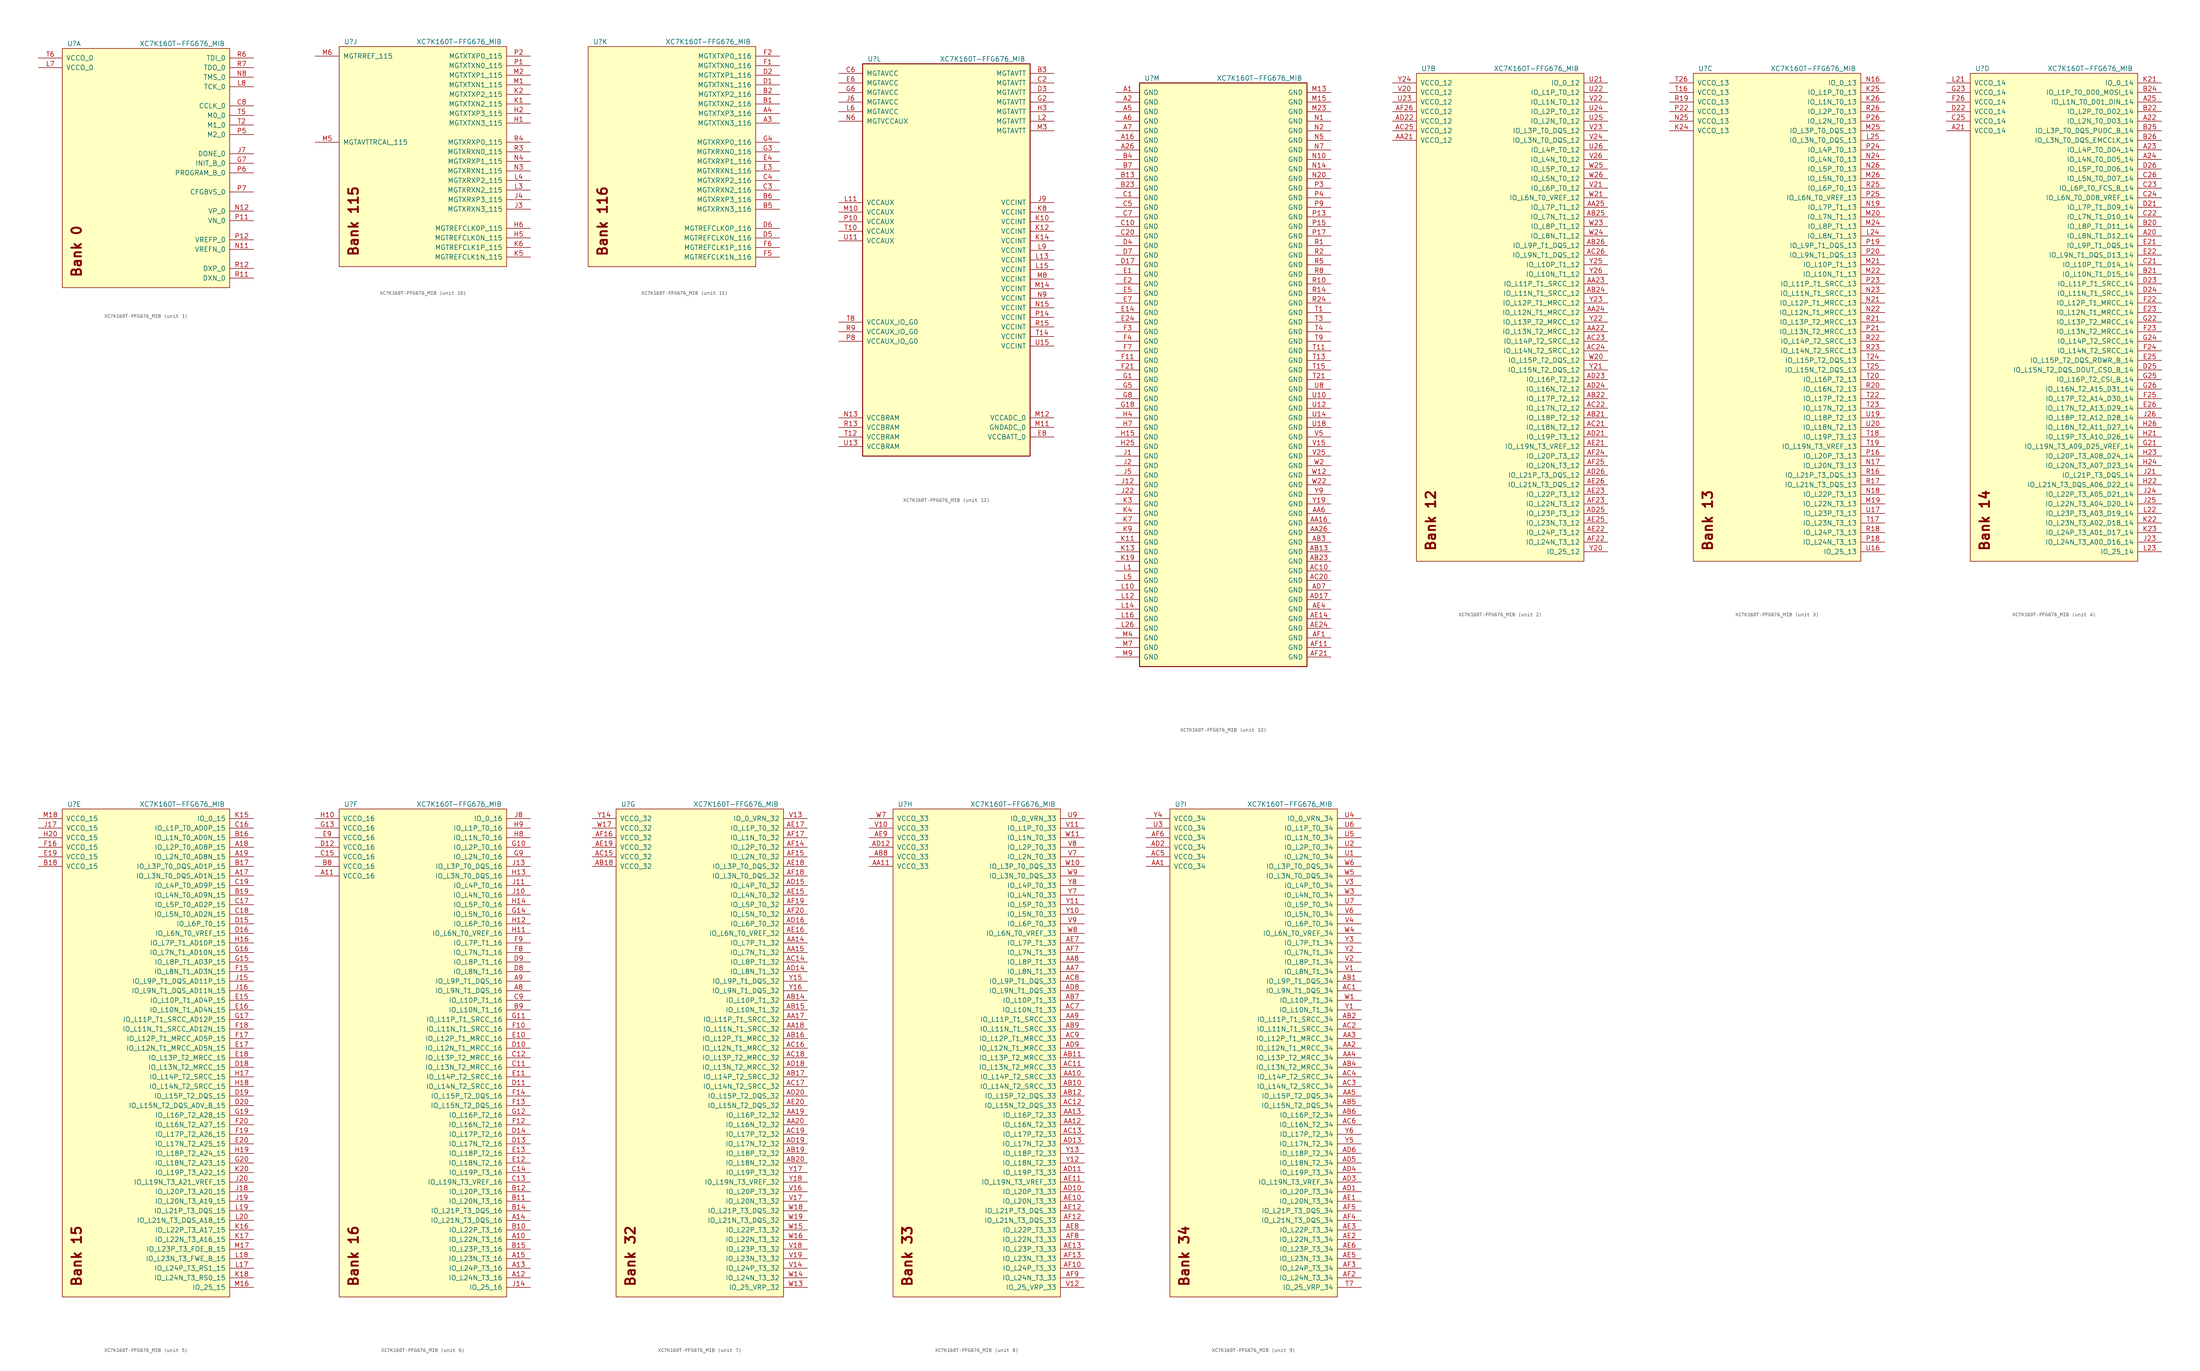
<source format=kicad_sym>
(kicad_symbol_lib
  (version 20220914)
  (generator kicad_symbol_editor)
  (symbol "XC7K160T-FFG676_MIB"
    (pin_names
      (offset 1.016))
    (property "Reference" "U"
      (at -20.32 1.27 0)
      (do_not_autoplace)
      (effects (font (size 1.27 1.27)) (justify left)))
    (property "Value" "XC7K160T-FFG676_MIB"
      (at 21.59 1.27 0)
      (do_not_autoplace)
      (effects (font (size 1.27 1.27)) (justify right)))
    (property "ki_locked" ""
      (at 0 0 0)
      (effects (font (size 1.27 1.27))))
    (symbol "XC7K160T-FFG676_MIB_1_1"
      (rectangle (start -21.59 0) (end 22.86 -63.5) (stroke (width 0) (type default)) (fill (type background)))
      (text "Bank 0" (at -17.78 -60.96 900) (effects (font (size 2.54 2.54) bold) (justify left)))
      (pin bidirectional line (at 29.21 -15.24 180) (length 6.35) (name "CCLK_0" (effects (font (size 1.27 1.27)))) (number "C8" (effects (font (size 1.27 1.27)))))
      (pin bidirectional line (at 29.21 -30.48 180) (length 6.35) (name "INIT_B_0" (effects (font (size 1.27 1.27)))) (number "G7" (effects (font (size 1.27 1.27)))))
      (pin bidirectional line (at 29.21 -27.94 180) (length 6.35) (name "DONE_0" (effects (font (size 1.27 1.27)))) (number "J7" (effects (font (size 1.27 1.27)))))
      (pin power_in line (at -27.94 -5.08 0) (length 6.35) (name "VCCO_0" (effects (font (size 1.27 1.27)))) (number "L7" (effects (font (size 1.27 1.27)))))
      (pin bidirectional line (at 29.21 -10.16 180) (length 6.35) (name "TCK_0" (effects (font (size 1.27 1.27)))) (number "L8" (effects (font (size 1.27 1.27)))))
      (pin bidirectional line (at 29.21 -53.34 180) (length 6.35) (name "VREFN_0" (effects (font (size 1.27 1.27)))) (number "N11" (effects (font (size 1.27 1.27)))))
      (pin bidirectional line (at 29.21 -43.18 180) (length 6.35) (name "VP_0" (effects (font (size 1.27 1.27)))) (number "N12" (effects (font (size 1.27 1.27)))))
      (pin bidirectional line (at 29.21 -7.62 180) (length 6.35) (name "TMS_0" (effects (font (size 1.27 1.27)))) (number "N8" (effects (font (size 1.27 1.27)))))
      (pin bidirectional line (at 29.21 -45.72 180) (length 6.35) (name "VN_0" (effects (font (size 1.27 1.27)))) (number "P11" (effects (font (size 1.27 1.27)))))
      (pin bidirectional line (at 29.21 -50.8 180) (length 6.35) (name "VREFP_0" (effects (font (size 1.27 1.27)))) (number "P12" (effects (font (size 1.27 1.27)))))
      (pin bidirectional line (at 29.21 -22.86 180) (length 6.35) (name "M2_0" (effects (font (size 1.27 1.27)))) (number "P5" (effects (font (size 1.27 1.27)))))
      (pin bidirectional line (at 29.21 -33.02 180) (length 6.35) (name "PROGRAM_B_0" (effects (font (size 1.27 1.27)))) (number "P6" (effects (font (size 1.27 1.27)))))
      (pin bidirectional line (at 29.21 -38.1 180) (length 6.35) (name "CFGBVS_0" (effects (font (size 1.27 1.27)))) (number "P7" (effects (font (size 1.27 1.27)))))
      (pin bidirectional line (at 29.21 -60.96 180) (length 6.35) (name "DXN_0" (effects (font (size 1.27 1.27)))) (number "R11" (effects (font (size 1.27 1.27)))))
      (pin bidirectional line (at 29.21 -58.42 180) (length 6.35) (name "DXP_0" (effects (font (size 1.27 1.27)))) (number "R12" (effects (font (size 1.27 1.27)))))
      (pin bidirectional line (at 29.21 -2.54 180) (length 6.35) (name "TDI_0" (effects (font (size 1.27 1.27)))) (number "R6" (effects (font (size 1.27 1.27)))))
      (pin bidirectional line (at 29.21 -5.08 180) (length 6.35) (name "TDO_0" (effects (font (size 1.27 1.27)))) (number "R7" (effects (font (size 1.27 1.27)))))
      (pin bidirectional line (at 29.21 -20.32 180) (length 6.35) (name "M1_0" (effects (font (size 1.27 1.27)))) (number "T2" (effects (font (size 1.27 1.27)))))
      (pin bidirectional line (at 29.21 -17.78 180) (length 6.35) (name "M0_0" (effects (font (size 1.27 1.27)))) (number "T5" (effects (font (size 1.27 1.27)))))
      (pin power_in line (at -27.94 -2.54 0) (length 6.35) (name "VCCO_0" (effects (font (size 1.27 1.27)))) (number "T6" (effects (font (size 1.27 1.27))))))
    (symbol "XC7K160T-FFG676_MIB_2_1"
      (rectangle (start -21.59 0) (end 22.86 -129.54) (stroke (width 0) (type default)) (fill (type background)))
      (text "Bank 12" (at -17.78 -127 900) (effects (font (size 2.54 2.54) bold) (justify left)))
      (pin power_in line (at -27.94 -17.78 0) (length 6.35) (name "VCCO_12" (effects (font (size 1.27 1.27)))) (number "AA21" (effects (font (size 1.27 1.27)))))
      (pin bidirectional line (at 29.21 -68.58 180) (length 6.35) (name "IO_L13N_T2_MRCC_12" (effects (font (size 1.27 1.27)))) (number "AA22" (effects (font (size 1.27 1.27)))))
      (pin bidirectional line (at 29.21 -55.88 180) (length 6.35) (name "IO_L11P_T1_SRCC_12" (effects (font (size 1.27 1.27)))) (number "AA23" (effects (font (size 1.27 1.27)))))
      (pin bidirectional line (at 29.21 -63.5 180) (length 6.35) (name "IO_L12N_T1_MRCC_12" (effects (font (size 1.27 1.27)))) (number "AA24" (effects (font (size 1.27 1.27)))))
      (pin bidirectional line (at 29.21 -35.56 180) (length 6.35) (name "IO_L7P_T1_12" (effects (font (size 1.27 1.27)))) (number "AA25" (effects (font (size 1.27 1.27)))))
      (pin bidirectional line (at 29.21 -91.44 180) (length 6.35) (name "IO_L18P_T2_12" (effects (font (size 1.27 1.27)))) (number "AB21" (effects (font (size 1.27 1.27)))))
      (pin bidirectional line (at 29.21 -86.36 180) (length 6.35) (name "IO_L17P_T2_12" (effects (font (size 1.27 1.27)))) (number "AB22" (effects (font (size 1.27 1.27)))))
      (pin bidirectional line (at 29.21 -58.42 180) (length 6.35) (name "IO_L11N_T1_SRCC_12" (effects (font (size 1.27 1.27)))) (number "AB24" (effects (font (size 1.27 1.27)))))
      (pin bidirectional line (at 29.21 -38.1 180) (length 6.35) (name "IO_L7N_T1_12" (effects (font (size 1.27 1.27)))) (number "AB25" (effects (font (size 1.27 1.27)))))
      (pin bidirectional line (at 29.21 -45.72 180) (length 6.35) (name "IO_L9P_T1_DQS_12" (effects (font (size 1.27 1.27)))) (number "AB26" (effects (font (size 1.27 1.27)))))
      (pin bidirectional line (at 29.21 -93.98 180) (length 6.35) (name "IO_L18N_T2_12" (effects (font (size 1.27 1.27)))) (number "AC21" (effects (font (size 1.27 1.27)))))
      (pin bidirectional line (at 29.21 -88.9 180) (length 6.35) (name "IO_L17N_T2_12" (effects (font (size 1.27 1.27)))) (number "AC22" (effects (font (size 1.27 1.27)))))
      (pin bidirectional line (at 29.21 -71.12 180) (length 6.35) (name "IO_L14P_T2_SRCC_12" (effects (font (size 1.27 1.27)))) (number "AC23" (effects (font (size 1.27 1.27)))))
      (pin bidirectional line (at 29.21 -73.66 180) (length 6.35) (name "IO_L14N_T2_SRCC_12" (effects (font (size 1.27 1.27)))) (number "AC24" (effects (font (size 1.27 1.27)))))
      (pin power_in line (at -27.94 -15.24 0) (length 6.35) (name "VCCO_12" (effects (font (size 1.27 1.27)))) (number "AC25" (effects (font (size 1.27 1.27)))))
      (pin bidirectional line (at 29.21 -48.26 180) (length 6.35) (name "IO_L9N_T1_DQS_12" (effects (font (size 1.27 1.27)))) (number "AC26" (effects (font (size 1.27 1.27)))))
      (pin bidirectional line (at 29.21 -96.52 180) (length 6.35) (name "IO_L19P_T3_12" (effects (font (size 1.27 1.27)))) (number "AD21" (effects (font (size 1.27 1.27)))))
      (pin power_in line (at -27.94 -12.7 0) (length 6.35) (name "VCCO_12" (effects (font (size 1.27 1.27)))) (number "AD22" (effects (font (size 1.27 1.27)))))
      (pin bidirectional line (at 29.21 -81.28 180) (length 6.35) (name "IO_L16P_T2_12" (effects (font (size 1.27 1.27)))) (number "AD23" (effects (font (size 1.27 1.27)))))
      (pin bidirectional line (at 29.21 -83.82 180) (length 6.35) (name "IO_L16N_T2_12" (effects (font (size 1.27 1.27)))) (number "AD24" (effects (font (size 1.27 1.27)))))
      (pin bidirectional line (at 29.21 -116.84 180) (length 6.35) (name "IO_L23P_T3_12" (effects (font (size 1.27 1.27)))) (number "AD25" (effects (font (size 1.27 1.27)))))
      (pin bidirectional line (at 29.21 -106.68 180) (length 6.35) (name "IO_L21P_T3_DQS_12" (effects (font (size 1.27 1.27)))) (number "AD26" (effects (font (size 1.27 1.27)))))
      (pin bidirectional line (at 29.21 -99.06 180) (length 6.35) (name "IO_L19N_T3_VREF_12" (effects (font (size 1.27 1.27)))) (number "AE21" (effects (font (size 1.27 1.27)))))
      (pin bidirectional line (at 29.21 -121.92 180) (length 6.35) (name "IO_L24P_T3_12" (effects (font (size 1.27 1.27)))) (number "AE22" (effects (font (size 1.27 1.27)))))
      (pin bidirectional line (at 29.21 -111.76 180) (length 6.35) (name "IO_L22P_T3_12" (effects (font (size 1.27 1.27)))) (number "AE23" (effects (font (size 1.27 1.27)))))
      (pin bidirectional line (at 29.21 -119.38 180) (length 6.35) (name "IO_L23N_T3_12" (effects (font (size 1.27 1.27)))) (number "AE25" (effects (font (size 1.27 1.27)))))
      (pin bidirectional line (at 29.21 -109.22 180) (length 6.35) (name "IO_L21N_T3_DQS_12" (effects (font (size 1.27 1.27)))) (number "AE26" (effects (font (size 1.27 1.27)))))
      (pin bidirectional line (at 29.21 -124.46 180) (length 6.35) (name "IO_L24N_T3_12" (effects (font (size 1.27 1.27)))) (number "AF22" (effects (font (size 1.27 1.27)))))
      (pin bidirectional line (at 29.21 -114.3 180) (length 6.35) (name "IO_L22N_T3_12" (effects (font (size 1.27 1.27)))) (number "AF23" (effects (font (size 1.27 1.27)))))
      (pin bidirectional line (at 29.21 -101.6 180) (length 6.35) (name "IO_L20P_T3_12" (effects (font (size 1.27 1.27)))) (number "AF24" (effects (font (size 1.27 1.27)))))
      (pin bidirectional line (at 29.21 -104.14 180) (length 6.35) (name "IO_L20N_T3_12" (effects (font (size 1.27 1.27)))) (number "AF25" (effects (font (size 1.27 1.27)))))
      (pin power_in line (at -27.94 -10.16 0) (length 6.35) (name "VCCO_12" (effects (font (size 1.27 1.27)))) (number "AF26" (effects (font (size 1.27 1.27)))))
      (pin bidirectional line (at 29.21 -2.54 180) (length 6.35) (name "IO_0_12" (effects (font (size 1.27 1.27)))) (number "U21" (effects (font (size 1.27 1.27)))))
      (pin bidirectional line (at 29.21 -5.08 180) (length 6.35) (name "IO_L1P_T0_12" (effects (font (size 1.27 1.27)))) (number "U22" (effects (font (size 1.27 1.27)))))
      (pin power_in line (at -27.94 -7.62 0) (length 6.35) (name "VCCO_12" (effects (font (size 1.27 1.27)))) (number "U23" (effects (font (size 1.27 1.27)))))
      (pin bidirectional line (at 29.21 -10.16 180) (length 6.35) (name "IO_L2P_T0_12" (effects (font (size 1.27 1.27)))) (number "U24" (effects (font (size 1.27 1.27)))))
      (pin bidirectional line (at 29.21 -12.7 180) (length 6.35) (name "IO_L2N_T0_12" (effects (font (size 1.27 1.27)))) (number "U25" (effects (font (size 1.27 1.27)))))
      (pin bidirectional line (at 29.21 -20.32 180) (length 6.35) (name "IO_L4P_T0_12" (effects (font (size 1.27 1.27)))) (number "U26" (effects (font (size 1.27 1.27)))))
      (pin power_in line (at -27.94 -5.08 0) (length 6.35) (name "VCCO_12" (effects (font (size 1.27 1.27)))) (number "V20" (effects (font (size 1.27 1.27)))))
      (pin bidirectional line (at 29.21 -30.48 180) (length 6.35) (name "IO_L6P_T0_12" (effects (font (size 1.27 1.27)))) (number "V21" (effects (font (size 1.27 1.27)))))
      (pin bidirectional line (at 29.21 -7.62 180) (length 6.35) (name "IO_L1N_T0_12" (effects (font (size 1.27 1.27)))) (number "V22" (effects (font (size 1.27 1.27)))))
      (pin bidirectional line (at 29.21 -15.24 180) (length 6.35) (name "IO_L3P_T0_DQS_12" (effects (font (size 1.27 1.27)))) (number "V23" (effects (font (size 1.27 1.27)))))
      (pin bidirectional line (at 29.21 -17.78 180) (length 6.35) (name "IO_L3N_T0_DQS_12" (effects (font (size 1.27 1.27)))) (number "V24" (effects (font (size 1.27 1.27)))))
      (pin bidirectional line (at 29.21 -22.86 180) (length 6.35) (name "IO_L4N_T0_12" (effects (font (size 1.27 1.27)))) (number "V26" (effects (font (size 1.27 1.27)))))
      (pin bidirectional line (at 29.21 -76.2 180) (length 6.35) (name "IO_L15P_T2_DQS_12" (effects (font (size 1.27 1.27)))) (number "W20" (effects (font (size 1.27 1.27)))))
      (pin bidirectional line (at 29.21 -33.02 180) (length 6.35) (name "IO_L6N_T0_VREF_12" (effects (font (size 1.27 1.27)))) (number "W21" (effects (font (size 1.27 1.27)))))
      (pin bidirectional line (at 29.21 -40.64 180) (length 6.35) (name "IO_L8P_T1_12" (effects (font (size 1.27 1.27)))) (number "W23" (effects (font (size 1.27 1.27)))))
      (pin bidirectional line (at 29.21 -43.18 180) (length 6.35) (name "IO_L8N_T1_12" (effects (font (size 1.27 1.27)))) (number "W24" (effects (font (size 1.27 1.27)))))
      (pin bidirectional line (at 29.21 -25.4 180) (length 6.35) (name "IO_L5P_T0_12" (effects (font (size 1.27 1.27)))) (number "W25" (effects (font (size 1.27 1.27)))))
      (pin bidirectional line (at 29.21 -27.94 180) (length 6.35) (name "IO_L5N_T0_12" (effects (font (size 1.27 1.27)))) (number "W26" (effects (font (size 1.27 1.27)))))
      (pin bidirectional line (at 29.21 -127 180) (length 6.35) (name "IO_25_12" (effects (font (size 1.27 1.27)))) (number "Y20" (effects (font (size 1.27 1.27)))))
      (pin bidirectional line (at 29.21 -78.74 180) (length 6.35) (name "IO_L15N_T2_DQS_12" (effects (font (size 1.27 1.27)))) (number "Y21" (effects (font (size 1.27 1.27)))))
      (pin bidirectional line (at 29.21 -66.04 180) (length 6.35) (name "IO_L13P_T2_MRCC_12" (effects (font (size 1.27 1.27)))) (number "Y22" (effects (font (size 1.27 1.27)))))
      (pin bidirectional line (at 29.21 -60.96 180) (length 6.35) (name "IO_L12P_T1_MRCC_12" (effects (font (size 1.27 1.27)))) (number "Y23" (effects (font (size 1.27 1.27)))))
      (pin power_in line (at -27.94 -2.54 0) (length 6.35) (name "VCCO_12" (effects (font (size 1.27 1.27)))) (number "Y24" (effects (font (size 1.27 1.27)))))
      (pin bidirectional line (at 29.21 -50.8 180) (length 6.35) (name "IO_L10P_T1_12" (effects (font (size 1.27 1.27)))) (number "Y25" (effects (font (size 1.27 1.27)))))
      (pin bidirectional line (at 29.21 -53.34 180) (length 6.35) (name "IO_L10N_T1_12" (effects (font (size 1.27 1.27)))) (number "Y26" (effects (font (size 1.27 1.27))))))
    (symbol "XC7K160T-FFG676_MIB_3_1"
      (rectangle (start -21.59 0) (end 22.86 -129.54) (stroke (width 0) (type default)) (fill (type background)))
      (text "Bank 13" (at -17.78 -127 900) (effects (font (size 2.54 2.54) bold) (justify left)))
      (pin power_in line (at -27.94 -15.24 0) (length 6.35) (name "VCCO_13" (effects (font (size 1.27 1.27)))) (number "K24" (effects (font (size 1.27 1.27)))))
      (pin bidirectional line (at 29.21 -5.08 180) (length 6.35) (name "IO_L1P_T0_13" (effects (font (size 1.27 1.27)))) (number "K25" (effects (font (size 1.27 1.27)))))
      (pin bidirectional line (at 29.21 -7.62 180) (length 6.35) (name "IO_L1N_T0_13" (effects (font (size 1.27 1.27)))) (number "K26" (effects (font (size 1.27 1.27)))))
      (pin bidirectional line (at 29.21 -43.18 180) (length 6.35) (name "IO_L8N_T1_13" (effects (font (size 1.27 1.27)))) (number "L24" (effects (font (size 1.27 1.27)))))
      (pin bidirectional line (at 29.21 -17.78 180) (length 6.35) (name "IO_L3N_T0_DQS_13" (effects (font (size 1.27 1.27)))) (number "L25" (effects (font (size 1.27 1.27)))))
      (pin bidirectional line (at 29.21 -114.3 180) (length 6.35) (name "IO_L22N_T3_13" (effects (font (size 1.27 1.27)))) (number "M19" (effects (font (size 1.27 1.27)))))
      (pin bidirectional line (at 29.21 -38.1 180) (length 6.35) (name "IO_L7N_T1_13" (effects (font (size 1.27 1.27)))) (number "M20" (effects (font (size 1.27 1.27)))))
      (pin bidirectional line (at 29.21 -50.8 180) (length 6.35) (name "IO_L10P_T1_13" (effects (font (size 1.27 1.27)))) (number "M21" (effects (font (size 1.27 1.27)))))
      (pin bidirectional line (at 29.21 -53.34 180) (length 6.35) (name "IO_L10N_T1_13" (effects (font (size 1.27 1.27)))) (number "M22" (effects (font (size 1.27 1.27)))))
      (pin bidirectional line (at 29.21 -40.64 180) (length 6.35) (name "IO_L8P_T1_13" (effects (font (size 1.27 1.27)))) (number "M24" (effects (font (size 1.27 1.27)))))
      (pin bidirectional line (at 29.21 -15.24 180) (length 6.35) (name "IO_L3P_T0_DQS_13" (effects (font (size 1.27 1.27)))) (number "M25" (effects (font (size 1.27 1.27)))))
      (pin bidirectional line (at 29.21 -27.94 180) (length 6.35) (name "IO_L5N_T0_13" (effects (font (size 1.27 1.27)))) (number "M26" (effects (font (size 1.27 1.27)))))
      (pin bidirectional line (at 29.21 -2.54 180) (length 6.35) (name "IO_0_13" (effects (font (size 1.27 1.27)))) (number "N16" (effects (font (size 1.27 1.27)))))
      (pin bidirectional line (at 29.21 -104.14 180) (length 6.35) (name "IO_L20N_T3_13" (effects (font (size 1.27 1.27)))) (number "N17" (effects (font (size 1.27 1.27)))))
      (pin bidirectional line (at 29.21 -111.76 180) (length 6.35) (name "IO_L22P_T3_13" (effects (font (size 1.27 1.27)))) (number "N18" (effects (font (size 1.27 1.27)))))
      (pin bidirectional line (at 29.21 -35.56 180) (length 6.35) (name "IO_L7P_T1_13" (effects (font (size 1.27 1.27)))) (number "N19" (effects (font (size 1.27 1.27)))))
      (pin bidirectional line (at 29.21 -60.96 180) (length 6.35) (name "IO_L12P_T1_MRCC_13" (effects (font (size 1.27 1.27)))) (number "N21" (effects (font (size 1.27 1.27)))))
      (pin bidirectional line (at 29.21 -63.5 180) (length 6.35) (name "IO_L12N_T1_MRCC_13" (effects (font (size 1.27 1.27)))) (number "N22" (effects (font (size 1.27 1.27)))))
      (pin bidirectional line (at 29.21 -58.42 180) (length 6.35) (name "IO_L11N_T1_SRCC_13" (effects (font (size 1.27 1.27)))) (number "N23" (effects (font (size 1.27 1.27)))))
      (pin bidirectional line (at 29.21 -22.86 180) (length 6.35) (name "IO_L4N_T0_13" (effects (font (size 1.27 1.27)))) (number "N24" (effects (font (size 1.27 1.27)))))
      (pin power_in line (at -27.94 -12.7 0) (length 6.35) (name "VCCO_13" (effects (font (size 1.27 1.27)))) (number "N25" (effects (font (size 1.27 1.27)))))
      (pin bidirectional line (at 29.21 -25.4 180) (length 6.35) (name "IO_L5P_T0_13" (effects (font (size 1.27 1.27)))) (number "N26" (effects (font (size 1.27 1.27)))))
      (pin bidirectional line (at 29.21 -101.6 180) (length 6.35) (name "IO_L20P_T3_13" (effects (font (size 1.27 1.27)))) (number "P16" (effects (font (size 1.27 1.27)))))
      (pin bidirectional line (at 29.21 -124.46 180) (length 6.35) (name "IO_L24N_T3_13" (effects (font (size 1.27 1.27)))) (number "P18" (effects (font (size 1.27 1.27)))))
      (pin bidirectional line (at 29.21 -45.72 180) (length 6.35) (name "IO_L9P_T1_DQS_13" (effects (font (size 1.27 1.27)))) (number "P19" (effects (font (size 1.27 1.27)))))
      (pin bidirectional line (at 29.21 -48.26 180) (length 6.35) (name "IO_L9N_T1_DQS_13" (effects (font (size 1.27 1.27)))) (number "P20" (effects (font (size 1.27 1.27)))))
      (pin bidirectional line (at 29.21 -68.58 180) (length 6.35) (name "IO_L13N_T2_MRCC_13" (effects (font (size 1.27 1.27)))) (number "P21" (effects (font (size 1.27 1.27)))))
      (pin power_in line (at -27.94 -10.16 0) (length 6.35) (name "VCCO_13" (effects (font (size 1.27 1.27)))) (number "P22" (effects (font (size 1.27 1.27)))))
      (pin bidirectional line (at 29.21 -55.88 180) (length 6.35) (name "IO_L11P_T1_SRCC_13" (effects (font (size 1.27 1.27)))) (number "P23" (effects (font (size 1.27 1.27)))))
      (pin bidirectional line (at 29.21 -20.32 180) (length 6.35) (name "IO_L4P_T0_13" (effects (font (size 1.27 1.27)))) (number "P24" (effects (font (size 1.27 1.27)))))
      (pin bidirectional line (at 29.21 -33.02 180) (length 6.35) (name "IO_L6N_T0_VREF_13" (effects (font (size 1.27 1.27)))) (number "P25" (effects (font (size 1.27 1.27)))))
      (pin bidirectional line (at 29.21 -12.7 180) (length 6.35) (name "IO_L2N_T0_13" (effects (font (size 1.27 1.27)))) (number "P26" (effects (font (size 1.27 1.27)))))
      (pin bidirectional line (at 29.21 -106.68 180) (length 6.35) (name "IO_L21P_T3_DQS_13" (effects (font (size 1.27 1.27)))) (number "R16" (effects (font (size 1.27 1.27)))))
      (pin bidirectional line (at 29.21 -109.22 180) (length 6.35) (name "IO_L21N_T3_DQS_13" (effects (font (size 1.27 1.27)))) (number "R17" (effects (font (size 1.27 1.27)))))
      (pin bidirectional line (at 29.21 -121.92 180) (length 6.35) (name "IO_L24P_T3_13" (effects (font (size 1.27 1.27)))) (number "R18" (effects (font (size 1.27 1.27)))))
      (pin power_in line (at -27.94 -7.62 0) (length 6.35) (name "VCCO_13" (effects (font (size 1.27 1.27)))) (number "R19" (effects (font (size 1.27 1.27)))))
      (pin bidirectional line (at 29.21 -83.82 180) (length 6.35) (name "IO_L16N_T2_13" (effects (font (size 1.27 1.27)))) (number "R20" (effects (font (size 1.27 1.27)))))
      (pin bidirectional line (at 29.21 -66.04 180) (length 6.35) (name "IO_L13P_T2_MRCC_13" (effects (font (size 1.27 1.27)))) (number "R21" (effects (font (size 1.27 1.27)))))
      (pin bidirectional line (at 29.21 -71.12 180) (length 6.35) (name "IO_L14P_T2_SRCC_13" (effects (font (size 1.27 1.27)))) (number "R22" (effects (font (size 1.27 1.27)))))
      (pin bidirectional line (at 29.21 -73.66 180) (length 6.35) (name "IO_L14N_T2_SRCC_13" (effects (font (size 1.27 1.27)))) (number "R23" (effects (font (size 1.27 1.27)))))
      (pin bidirectional line (at 29.21 -30.48 180) (length 6.35) (name "IO_L6P_T0_13" (effects (font (size 1.27 1.27)))) (number "R25" (effects (font (size 1.27 1.27)))))
      (pin bidirectional line (at 29.21 -10.16 180) (length 6.35) (name "IO_L2P_T0_13" (effects (font (size 1.27 1.27)))) (number "R26" (effects (font (size 1.27 1.27)))))
      (pin power_in line (at -27.94 -5.08 0) (length 6.35) (name "VCCO_13" (effects (font (size 1.27 1.27)))) (number "T16" (effects (font (size 1.27 1.27)))))
      (pin bidirectional line (at 29.21 -119.38 180) (length 6.35) (name "IO_L23N_T3_13" (effects (font (size 1.27 1.27)))) (number "T17" (effects (font (size 1.27 1.27)))))
      (pin bidirectional line (at 29.21 -96.52 180) (length 6.35) (name "IO_L19P_T3_13" (effects (font (size 1.27 1.27)))) (number "T18" (effects (font (size 1.27 1.27)))))
      (pin bidirectional line (at 29.21 -99.06 180) (length 6.35) (name "IO_L19N_T3_VREF_13" (effects (font (size 1.27 1.27)))) (number "T19" (effects (font (size 1.27 1.27)))))
      (pin bidirectional line (at 29.21 -81.28 180) (length 6.35) (name "IO_L16P_T2_13" (effects (font (size 1.27 1.27)))) (number "T20" (effects (font (size 1.27 1.27)))))
      (pin bidirectional line (at 29.21 -86.36 180) (length 6.35) (name "IO_L17P_T2_13" (effects (font (size 1.27 1.27)))) (number "T22" (effects (font (size 1.27 1.27)))))
      (pin bidirectional line (at 29.21 -88.9 180) (length 6.35) (name "IO_L17N_T2_13" (effects (font (size 1.27 1.27)))) (number "T23" (effects (font (size 1.27 1.27)))))
      (pin bidirectional line (at 29.21 -76.2 180) (length 6.35) (name "IO_L15P_T2_DQS_13" (effects (font (size 1.27 1.27)))) (number "T24" (effects (font (size 1.27 1.27)))))
      (pin bidirectional line (at 29.21 -78.74 180) (length 6.35) (name "IO_L15N_T2_DQS_13" (effects (font (size 1.27 1.27)))) (number "T25" (effects (font (size 1.27 1.27)))))
      (pin power_in line (at -27.94 -2.54 0) (length 6.35) (name "VCCO_13" (effects (font (size 1.27 1.27)))) (number "T26" (effects (font (size 1.27 1.27)))))
      (pin bidirectional line (at 29.21 -127 180) (length 6.35) (name "IO_25_13" (effects (font (size 1.27 1.27)))) (number "U16" (effects (font (size 1.27 1.27)))))
      (pin bidirectional line (at 29.21 -116.84 180) (length 6.35) (name "IO_L23P_T3_13" (effects (font (size 1.27 1.27)))) (number "U17" (effects (font (size 1.27 1.27)))))
      (pin bidirectional line (at 29.21 -91.44 180) (length 6.35) (name "IO_L18P_T2_13" (effects (font (size 1.27 1.27)))) (number "U19" (effects (font (size 1.27 1.27)))))
      (pin bidirectional line (at 29.21 -93.98 180) (length 6.35) (name "IO_L18N_T2_13" (effects (font (size 1.27 1.27)))) (number "U20" (effects (font (size 1.27 1.27))))))
    (symbol "XC7K160T-FFG676_MIB_4_1"
      (rectangle (start -21.59 0) (end 22.86 -129.54) (stroke (width 0) (type default)) (fill (type background)))
      (text "Bank 14" (at -17.78 -127 900) (effects (font (size 2.54 2.54) bold) (justify left)))
      (pin bidirectional line (at 29.21 -43.18 180) (length 6.35) (name "IO_L8N_T1_D12_14" (effects (font (size 1.27 1.27)))) (number "A20" (effects (font (size 1.27 1.27)))))
      (pin power_in line (at -27.94 -15.24 0) (length 6.35) (name "VCCO_14" (effects (font (size 1.27 1.27)))) (number "A21" (effects (font (size 1.27 1.27)))))
      (pin bidirectional line (at 29.21 -12.7 180) (length 6.35) (name "IO_L2N_T0_D03_14" (effects (font (size 1.27 1.27)))) (number "A22" (effects (font (size 1.27 1.27)))))
      (pin bidirectional line (at 29.21 -20.32 180) (length 6.35) (name "IO_L4P_T0_D04_14" (effects (font (size 1.27 1.27)))) (number "A23" (effects (font (size 1.27 1.27)))))
      (pin bidirectional line (at 29.21 -22.86 180) (length 6.35) (name "IO_L4N_T0_D05_14" (effects (font (size 1.27 1.27)))) (number "A24" (effects (font (size 1.27 1.27)))))
      (pin bidirectional line (at 29.21 -7.62 180) (length 6.35) (name "IO_L1N_T0_D01_DIN_14" (effects (font (size 1.27 1.27)))) (number "A25" (effects (font (size 1.27 1.27)))))
      (pin bidirectional line (at 29.21 -40.64 180) (length 6.35) (name "IO_L8P_T1_D11_14" (effects (font (size 1.27 1.27)))) (number "B20" (effects (font (size 1.27 1.27)))))
      (pin bidirectional line (at 29.21 -53.34 180) (length 6.35) (name "IO_L10N_T1_D15_14" (effects (font (size 1.27 1.27)))) (number "B21" (effects (font (size 1.27 1.27)))))
      (pin bidirectional line (at 29.21 -10.16 180) (length 6.35) (name "IO_L2P_T0_D02_14" (effects (font (size 1.27 1.27)))) (number "B22" (effects (font (size 1.27 1.27)))))
      (pin bidirectional line (at 29.21 -5.08 180) (length 6.35) (name "IO_L1P_T0_D00_MOSI_14" (effects (font (size 1.27 1.27)))) (number "B24" (effects (font (size 1.27 1.27)))))
      (pin bidirectional line (at 29.21 -15.24 180) (length 6.35) (name "IO_L3P_T0_DQS_PUDC_B_14" (effects (font (size 1.27 1.27)))) (number "B25" (effects (font (size 1.27 1.27)))))
      (pin bidirectional line (at 29.21 -17.78 180) (length 6.35) (name "IO_L3N_T0_DQS_EMCCLK_14" (effects (font (size 1.27 1.27)))) (number "B26" (effects (font (size 1.27 1.27)))))
      (pin bidirectional line (at 29.21 -50.8 180) (length 6.35) (name "IO_L10P_T1_D14_14" (effects (font (size 1.27 1.27)))) (number "C21" (effects (font (size 1.27 1.27)))))
      (pin bidirectional line (at 29.21 -38.1 180) (length 6.35) (name "IO_L7N_T1_D10_14" (effects (font (size 1.27 1.27)))) (number "C22" (effects (font (size 1.27 1.27)))))
      (pin bidirectional line (at 29.21 -30.48 180) (length 6.35) (name "IO_L6P_T0_FCS_B_14" (effects (font (size 1.27 1.27)))) (number "C23" (effects (font (size 1.27 1.27)))))
      (pin bidirectional line (at 29.21 -33.02 180) (length 6.35) (name "IO_L6N_T0_D08_VREF_14" (effects (font (size 1.27 1.27)))) (number "C24" (effects (font (size 1.27 1.27)))))
      (pin power_in line (at -27.94 -12.7 0) (length 6.35) (name "VCCO_14" (effects (font (size 1.27 1.27)))) (number "C25" (effects (font (size 1.27 1.27)))))
      (pin bidirectional line (at 29.21 -27.94 180) (length 6.35) (name "IO_L5N_T0_D07_14" (effects (font (size 1.27 1.27)))) (number "C26" (effects (font (size 1.27 1.27)))))
      (pin bidirectional line (at 29.21 -35.56 180) (length 6.35) (name "IO_L7P_T1_D09_14" (effects (font (size 1.27 1.27)))) (number "D21" (effects (font (size 1.27 1.27)))))
      (pin power_in line (at -27.94 -10.16 0) (length 6.35) (name "VCCO_14" (effects (font (size 1.27 1.27)))) (number "D22" (effects (font (size 1.27 1.27)))))
      (pin bidirectional line (at 29.21 -55.88 180) (length 6.35) (name "IO_L11P_T1_SRCC_14" (effects (font (size 1.27 1.27)))) (number "D23" (effects (font (size 1.27 1.27)))))
      (pin bidirectional line (at 29.21 -58.42 180) (length 6.35) (name "IO_L11N_T1_SRCC_14" (effects (font (size 1.27 1.27)))) (number "D24" (effects (font (size 1.27 1.27)))))
      (pin bidirectional line (at 29.21 -78.74 180) (length 6.35) (name "IO_L15N_T2_DQS_DOUT_CSO_B_14" (effects (font (size 1.27 1.27)))) (number "D25" (effects (font (size 1.27 1.27)))))
      (pin bidirectional line (at 29.21 -25.4 180) (length 6.35) (name "IO_L5P_T0_D06_14" (effects (font (size 1.27 1.27)))) (number "D26" (effects (font (size 1.27 1.27)))))
      (pin bidirectional line (at 29.21 -45.72 180) (length 6.35) (name "IO_L9P_T1_DQS_14" (effects (font (size 1.27 1.27)))) (number "E21" (effects (font (size 1.27 1.27)))))
      (pin bidirectional line (at 29.21 -48.26 180) (length 6.35) (name "IO_L9N_T1_DQS_D13_14" (effects (font (size 1.27 1.27)))) (number "E22" (effects (font (size 1.27 1.27)))))
      (pin bidirectional line (at 29.21 -63.5 180) (length 6.35) (name "IO_L12N_T1_MRCC_14" (effects (font (size 1.27 1.27)))) (number "E23" (effects (font (size 1.27 1.27)))))
      (pin bidirectional line (at 29.21 -76.2 180) (length 6.35) (name "IO_L15P_T2_DQS_RDWR_B_14" (effects (font (size 1.27 1.27)))) (number "E25" (effects (font (size 1.27 1.27)))))
      (pin bidirectional line (at 29.21 -88.9 180) (length 6.35) (name "IO_L17N_T2_A13_D29_14" (effects (font (size 1.27 1.27)))) (number "E26" (effects (font (size 1.27 1.27)))))
      (pin bidirectional line (at 29.21 -60.96 180) (length 6.35) (name "IO_L12P_T1_MRCC_14" (effects (font (size 1.27 1.27)))) (number "F22" (effects (font (size 1.27 1.27)))))
      (pin bidirectional line (at 29.21 -68.58 180) (length 6.35) (name "IO_L13N_T2_MRCC_14" (effects (font (size 1.27 1.27)))) (number "F23" (effects (font (size 1.27 1.27)))))
      (pin bidirectional line (at 29.21 -73.66 180) (length 6.35) (name "IO_L14N_T2_SRCC_14" (effects (font (size 1.27 1.27)))) (number "F24" (effects (font (size 1.27 1.27)))))
      (pin bidirectional line (at 29.21 -86.36 180) (length 6.35) (name "IO_L17P_T2_A14_D30_14" (effects (font (size 1.27 1.27)))) (number "F25" (effects (font (size 1.27 1.27)))))
      (pin power_in line (at -27.94 -7.62 0) (length 6.35) (name "VCCO_14" (effects (font (size 1.27 1.27)))) (number "F26" (effects (font (size 1.27 1.27)))))
      (pin bidirectional line (at 29.21 -99.06 180) (length 6.35) (name "IO_L19N_T3_A09_D25_VREF_14" (effects (font (size 1.27 1.27)))) (number "G21" (effects (font (size 1.27 1.27)))))
      (pin bidirectional line (at 29.21 -66.04 180) (length 6.35) (name "IO_L13P_T2_MRCC_14" (effects (font (size 1.27 1.27)))) (number "G22" (effects (font (size 1.27 1.27)))))
      (pin power_in line (at -27.94 -5.08 0) (length 6.35) (name "VCCO_14" (effects (font (size 1.27 1.27)))) (number "G23" (effects (font (size 1.27 1.27)))))
      (pin bidirectional line (at 29.21 -71.12 180) (length 6.35) (name "IO_L14P_T2_SRCC_14" (effects (font (size 1.27 1.27)))) (number "G24" (effects (font (size 1.27 1.27)))))
      (pin bidirectional line (at 29.21 -81.28 180) (length 6.35) (name "IO_L16P_T2_CSI_B_14" (effects (font (size 1.27 1.27)))) (number "G25" (effects (font (size 1.27 1.27)))))
      (pin bidirectional line (at 29.21 -83.82 180) (length 6.35) (name "IO_L16N_T2_A15_D31_14" (effects (font (size 1.27 1.27)))) (number "G26" (effects (font (size 1.27 1.27)))))
      (pin bidirectional line (at 29.21 -96.52 180) (length 6.35) (name "IO_L19P_T3_A10_D26_14" (effects (font (size 1.27 1.27)))) (number "H21" (effects (font (size 1.27 1.27)))))
      (pin bidirectional line (at 29.21 -109.22 180) (length 6.35) (name "IO_L21N_T3_DQS_A06_D22_14" (effects (font (size 1.27 1.27)))) (number "H22" (effects (font (size 1.27 1.27)))))
      (pin bidirectional line (at 29.21 -101.6 180) (length 6.35) (name "IO_L20P_T3_A08_D24_14" (effects (font (size 1.27 1.27)))) (number "H23" (effects (font (size 1.27 1.27)))))
      (pin bidirectional line (at 29.21 -104.14 180) (length 6.35) (name "IO_L20N_T3_A07_D23_14" (effects (font (size 1.27 1.27)))) (number "H24" (effects (font (size 1.27 1.27)))))
      (pin bidirectional line (at 29.21 -93.98 180) (length 6.35) (name "IO_L18N_T2_A11_D27_14" (effects (font (size 1.27 1.27)))) (number "H26" (effects (font (size 1.27 1.27)))))
      (pin bidirectional line (at 29.21 -106.68 180) (length 6.35) (name "IO_L21P_T3_DQS_14" (effects (font (size 1.27 1.27)))) (number "J21" (effects (font (size 1.27 1.27)))))
      (pin bidirectional line (at 29.21 -124.46 180) (length 6.35) (name "IO_L24N_T3_A00_D16_14" (effects (font (size 1.27 1.27)))) (number "J23" (effects (font (size 1.27 1.27)))))
      (pin bidirectional line (at 29.21 -111.76 180) (length 6.35) (name "IO_L22P_T3_A05_D21_14" (effects (font (size 1.27 1.27)))) (number "J24" (effects (font (size 1.27 1.27)))))
      (pin bidirectional line (at 29.21 -114.3 180) (length 6.35) (name "IO_L22N_T3_A04_D20_14" (effects (font (size 1.27 1.27)))) (number "J25" (effects (font (size 1.27 1.27)))))
      (pin bidirectional line (at 29.21 -91.44 180) (length 6.35) (name "IO_L18P_T2_A12_D28_14" (effects (font (size 1.27 1.27)))) (number "J26" (effects (font (size 1.27 1.27)))))
      (pin bidirectional line (at 29.21 -2.54 180) (length 6.35) (name "IO_0_14" (effects (font (size 1.27 1.27)))) (number "K21" (effects (font (size 1.27 1.27)))))
      (pin bidirectional line (at 29.21 -119.38 180) (length 6.35) (name "IO_L23N_T3_A02_D18_14" (effects (font (size 1.27 1.27)))) (number "K22" (effects (font (size 1.27 1.27)))))
      (pin bidirectional line (at 29.21 -121.92 180) (length 6.35) (name "IO_L24P_T3_A01_D17_14" (effects (font (size 1.27 1.27)))) (number "K23" (effects (font (size 1.27 1.27)))))
      (pin power_in line (at -27.94 -2.54 0) (length 6.35) (name "VCCO_14" (effects (font (size 1.27 1.27)))) (number "L21" (effects (font (size 1.27 1.27)))))
      (pin bidirectional line (at 29.21 -116.84 180) (length 6.35) (name "IO_L23P_T3_A03_D19_14" (effects (font (size 1.27 1.27)))) (number "L22" (effects (font (size 1.27 1.27)))))
      (pin bidirectional line (at 29.21 -127 180) (length 6.35) (name "IO_25_14" (effects (font (size 1.27 1.27)))) (number "L23" (effects (font (size 1.27 1.27))))))
    (symbol "XC7K160T-FFG676_MIB_5_1"
      (rectangle (start -21.59 0) (end 22.86 -129.54) (stroke (width 0) (type default)) (fill (type background)))
      (text "Bank 15" (at -17.78 -127 900) (effects (font (size 2.54 2.54) bold) (justify left)))
      (pin bidirectional line (at 29.21 -17.78 180) (length 6.35) (name "IO_L3N_T0_DQS_AD1N_15" (effects (font (size 1.27 1.27)))) (number "A17" (effects (font (size 1.27 1.27)))))
      (pin bidirectional line (at 29.21 -10.16 180) (length 6.35) (name "IO_L2P_T0_AD8P_15" (effects (font (size 1.27 1.27)))) (number "A18" (effects (font (size 1.27 1.27)))))
      (pin bidirectional line (at 29.21 -12.7 180) (length 6.35) (name "IO_L2N_T0_AD8N_15" (effects (font (size 1.27 1.27)))) (number "A19" (effects (font (size 1.27 1.27)))))
      (pin bidirectional line (at 29.21 -7.62 180) (length 6.35) (name "IO_L1N_T0_AD0N_15" (effects (font (size 1.27 1.27)))) (number "B16" (effects (font (size 1.27 1.27)))))
      (pin bidirectional line (at 29.21 -15.24 180) (length 6.35) (name "IO_L3P_T0_DQS_AD1P_15" (effects (font (size 1.27 1.27)))) (number "B17" (effects (font (size 1.27 1.27)))))
      (pin power_in line (at -27.94 -15.24 0) (length 6.35) (name "VCCO_15" (effects (font (size 1.27 1.27)))) (number "B18" (effects (font (size 1.27 1.27)))))
      (pin bidirectional line (at 29.21 -22.86 180) (length 6.35) (name "IO_L4N_T0_AD9N_15" (effects (font (size 1.27 1.27)))) (number "B19" (effects (font (size 1.27 1.27)))))
      (pin bidirectional line (at 29.21 -5.08 180) (length 6.35) (name "IO_L1P_T0_AD0P_15" (effects (font (size 1.27 1.27)))) (number "C16" (effects (font (size 1.27 1.27)))))
      (pin bidirectional line (at 29.21 -25.4 180) (length 6.35) (name "IO_L5P_T0_AD2P_15" (effects (font (size 1.27 1.27)))) (number "C17" (effects (font (size 1.27 1.27)))))
      (pin bidirectional line (at 29.21 -27.94 180) (length 6.35) (name "IO_L5N_T0_AD2N_15" (effects (font (size 1.27 1.27)))) (number "C18" (effects (font (size 1.27 1.27)))))
      (pin bidirectional line (at 29.21 -20.32 180) (length 6.35) (name "IO_L4P_T0_AD9P_15" (effects (font (size 1.27 1.27)))) (number "C19" (effects (font (size 1.27 1.27)))))
      (pin bidirectional line (at 29.21 -30.48 180) (length 6.35) (name "IO_L6P_T0_15" (effects (font (size 1.27 1.27)))) (number "D15" (effects (font (size 1.27 1.27)))))
      (pin bidirectional line (at 29.21 -33.02 180) (length 6.35) (name "IO_L6N_T0_VREF_15" (effects (font (size 1.27 1.27)))) (number "D16" (effects (font (size 1.27 1.27)))))
      (pin bidirectional line (at 29.21 -68.58 180) (length 6.35) (name "IO_L13N_T2_MRCC_15" (effects (font (size 1.27 1.27)))) (number "D18" (effects (font (size 1.27 1.27)))))
      (pin bidirectional line (at 29.21 -76.2 180) (length 6.35) (name "IO_L15P_T2_DQS_15" (effects (font (size 1.27 1.27)))) (number "D19" (effects (font (size 1.27 1.27)))))
      (pin bidirectional line (at 29.21 -78.74 180) (length 6.35) (name "IO_L15N_T2_DQS_ADV_B_15" (effects (font (size 1.27 1.27)))) (number "D20" (effects (font (size 1.27 1.27)))))
      (pin bidirectional line (at 29.21 -50.8 180) (length 6.35) (name "IO_L10P_T1_AD4P_15" (effects (font (size 1.27 1.27)))) (number "E15" (effects (font (size 1.27 1.27)))))
      (pin bidirectional line (at 29.21 -53.34 180) (length 6.35) (name "IO_L10N_T1_AD4N_15" (effects (font (size 1.27 1.27)))) (number "E16" (effects (font (size 1.27 1.27)))))
      (pin bidirectional line (at 29.21 -63.5 180) (length 6.35) (name "IO_L12N_T1_MRCC_AD5N_15" (effects (font (size 1.27 1.27)))) (number "E17" (effects (font (size 1.27 1.27)))))
      (pin bidirectional line (at 29.21 -66.04 180) (length 6.35) (name "IO_L13P_T2_MRCC_15" (effects (font (size 1.27 1.27)))) (number "E18" (effects (font (size 1.27 1.27)))))
      (pin power_in line (at -27.94 -12.7 0) (length 6.35) (name "VCCO_15" (effects (font (size 1.27 1.27)))) (number "E19" (effects (font (size 1.27 1.27)))))
      (pin bidirectional line (at 29.21 -88.9 180) (length 6.35) (name "IO_L17N_T2_A25_15" (effects (font (size 1.27 1.27)))) (number "E20" (effects (font (size 1.27 1.27)))))
      (pin bidirectional line (at 29.21 -43.18 180) (length 6.35) (name "IO_L8N_T1_AD3N_15" (effects (font (size 1.27 1.27)))) (number "F15" (effects (font (size 1.27 1.27)))))
      (pin power_in line (at -27.94 -10.16 0) (length 6.35) (name "VCCO_15" (effects (font (size 1.27 1.27)))) (number "F16" (effects (font (size 1.27 1.27)))))
      (pin bidirectional line (at 29.21 -60.96 180) (length 6.35) (name "IO_L12P_T1_MRCC_AD5P_15" (effects (font (size 1.27 1.27)))) (number "F17" (effects (font (size 1.27 1.27)))))
      (pin bidirectional line (at 29.21 -58.42 180) (length 6.35) (name "IO_L11N_T1_SRCC_AD12N_15" (effects (font (size 1.27 1.27)))) (number "F18" (effects (font (size 1.27 1.27)))))
      (pin bidirectional line (at 29.21 -86.36 180) (length 6.35) (name "IO_L17P_T2_A26_15" (effects (font (size 1.27 1.27)))) (number "F19" (effects (font (size 1.27 1.27)))))
      (pin bidirectional line (at 29.21 -83.82 180) (length 6.35) (name "IO_L16N_T2_A27_15" (effects (font (size 1.27 1.27)))) (number "F20" (effects (font (size 1.27 1.27)))))
      (pin bidirectional line (at 29.21 -40.64 180) (length 6.35) (name "IO_L8P_T1_AD3P_15" (effects (font (size 1.27 1.27)))) (number "G15" (effects (font (size 1.27 1.27)))))
      (pin bidirectional line (at 29.21 -38.1 180) (length 6.35) (name "IO_L7N_T1_AD10N_15" (effects (font (size 1.27 1.27)))) (number "G16" (effects (font (size 1.27 1.27)))))
      (pin bidirectional line (at 29.21 -55.88 180) (length 6.35) (name "IO_L11P_T1_SRCC_AD12P_15" (effects (font (size 1.27 1.27)))) (number "G17" (effects (font (size 1.27 1.27)))))
      (pin bidirectional line (at 29.21 -81.28 180) (length 6.35) (name "IO_L16P_T2_A28_15" (effects (font (size 1.27 1.27)))) (number "G19" (effects (font (size 1.27 1.27)))))
      (pin bidirectional line (at 29.21 -93.98 180) (length 6.35) (name "IO_L18N_T2_A23_15" (effects (font (size 1.27 1.27)))) (number "G20" (effects (font (size 1.27 1.27)))))
      (pin bidirectional line (at 29.21 -35.56 180) (length 6.35) (name "IO_L7P_T1_AD10P_15" (effects (font (size 1.27 1.27)))) (number "H16" (effects (font (size 1.27 1.27)))))
      (pin bidirectional line (at 29.21 -71.12 180) (length 6.35) (name "IO_L14P_T2_SRCC_15" (effects (font (size 1.27 1.27)))) (number "H17" (effects (font (size 1.27 1.27)))))
      (pin bidirectional line (at 29.21 -73.66 180) (length 6.35) (name "IO_L14N_T2_SRCC_15" (effects (font (size 1.27 1.27)))) (number "H18" (effects (font (size 1.27 1.27)))))
      (pin bidirectional line (at 29.21 -91.44 180) (length 6.35) (name "IO_L18P_T2_A24_15" (effects (font (size 1.27 1.27)))) (number "H19" (effects (font (size 1.27 1.27)))))
      (pin power_in line (at -27.94 -7.62 0) (length 6.35) (name "VCCO_15" (effects (font (size 1.27 1.27)))) (number "H20" (effects (font (size 1.27 1.27)))))
      (pin bidirectional line (at 29.21 -45.72 180) (length 6.35) (name "IO_L9P_T1_DQS_AD11P_15" (effects (font (size 1.27 1.27)))) (number "J15" (effects (font (size 1.27 1.27)))))
      (pin bidirectional line (at 29.21 -48.26 180) (length 6.35) (name "IO_L9N_T1_DQS_AD11N_15" (effects (font (size 1.27 1.27)))) (number "J16" (effects (font (size 1.27 1.27)))))
      (pin power_in line (at -27.94 -5.08 0) (length 6.35) (name "VCCO_15" (effects (font (size 1.27 1.27)))) (number "J17" (effects (font (size 1.27 1.27)))))
      (pin bidirectional line (at 29.21 -101.6 180) (length 6.35) (name "IO_L20P_T3_A20_15" (effects (font (size 1.27 1.27)))) (number "J18" (effects (font (size 1.27 1.27)))))
      (pin bidirectional line (at 29.21 -104.14 180) (length 6.35) (name "IO_L20N_T3_A19_15" (effects (font (size 1.27 1.27)))) (number "J19" (effects (font (size 1.27 1.27)))))
      (pin bidirectional line (at 29.21 -99.06 180) (length 6.35) (name "IO_L19N_T3_A21_VREF_15" (effects (font (size 1.27 1.27)))) (number "J20" (effects (font (size 1.27 1.27)))))
      (pin bidirectional line (at 29.21 -2.54 180) (length 6.35) (name "IO_0_15" (effects (font (size 1.27 1.27)))) (number "K15" (effects (font (size 1.27 1.27)))))
      (pin bidirectional line (at 29.21 -111.76 180) (length 6.35) (name "IO_L22P_T3_A17_15" (effects (font (size 1.27 1.27)))) (number "K16" (effects (font (size 1.27 1.27)))))
      (pin bidirectional line (at 29.21 -114.3 180) (length 6.35) (name "IO_L22N_T3_A16_15" (effects (font (size 1.27 1.27)))) (number "K17" (effects (font (size 1.27 1.27)))))
      (pin bidirectional line (at 29.21 -124.46 180) (length 6.35) (name "IO_L24N_T3_RS0_15" (effects (font (size 1.27 1.27)))) (number "K18" (effects (font (size 1.27 1.27)))))
      (pin bidirectional line (at 29.21 -96.52 180) (length 6.35) (name "IO_L19P_T3_A22_15" (effects (font (size 1.27 1.27)))) (number "K20" (effects (font (size 1.27 1.27)))))
      (pin bidirectional line (at 29.21 -121.92 180) (length 6.35) (name "IO_L24P_T3_RS1_15" (effects (font (size 1.27 1.27)))) (number "L17" (effects (font (size 1.27 1.27)))))
      (pin bidirectional line (at 29.21 -119.38 180) (length 6.35) (name "IO_L23N_T3_FWE_B_15" (effects (font (size 1.27 1.27)))) (number "L18" (effects (font (size 1.27 1.27)))))
      (pin bidirectional line (at 29.21 -106.68 180) (length 6.35) (name "IO_L21P_T3_DQS_15" (effects (font (size 1.27 1.27)))) (number "L19" (effects (font (size 1.27 1.27)))))
      (pin bidirectional line (at 29.21 -109.22 180) (length 6.35) (name "IO_L21N_T3_DQS_A18_15" (effects (font (size 1.27 1.27)))) (number "L20" (effects (font (size 1.27 1.27)))))
      (pin bidirectional line (at 29.21 -127 180) (length 6.35) (name "IO_25_15" (effects (font (size 1.27 1.27)))) (number "M16" (effects (font (size 1.27 1.27)))))
      (pin bidirectional line (at 29.21 -116.84 180) (length 6.35) (name "IO_L23P_T3_FOE_B_15" (effects (font (size 1.27 1.27)))) (number "M17" (effects (font (size 1.27 1.27)))))
      (pin power_in line (at -27.94 -2.54 0) (length 6.35) (name "VCCO_15" (effects (font (size 1.27 1.27)))) (number "M18" (effects (font (size 1.27 1.27))))))
    (symbol "XC7K160T-FFG676_MIB_6_1"
      (rectangle (start -21.59 0) (end 22.86 -129.54) (stroke (width 0) (type default)) (fill (type background)))
      (text "Bank 16" (at -17.78 -127 900) (effects (font (size 2.54 2.54) bold) (justify left)))
      (pin bidirectional line (at 29.21 -114.3 180) (length 6.35) (name "IO_L22N_T3_16" (effects (font (size 1.27 1.27)))) (number "A10" (effects (font (size 1.27 1.27)))))
      (pin power_in line (at -27.94 -17.78 0) (length 6.35) (name "VCCO_16" (effects (font (size 1.27 1.27)))) (number "A11" (effects (font (size 1.27 1.27)))))
      (pin bidirectional line (at 29.21 -124.46 180) (length 6.35) (name "IO_L24N_T3_16" (effects (font (size 1.27 1.27)))) (number "A12" (effects (font (size 1.27 1.27)))))
      (pin bidirectional line (at 29.21 -121.92 180) (length 6.35) (name "IO_L24P_T3_16" (effects (font (size 1.27 1.27)))) (number "A13" (effects (font (size 1.27 1.27)))))
      (pin bidirectional line (at 29.21 -109.22 180) (length 6.35) (name "IO_L21N_T3_DQS_16" (effects (font (size 1.27 1.27)))) (number "A14" (effects (font (size 1.27 1.27)))))
      (pin bidirectional line (at 29.21 -119.38 180) (length 6.35) (name "IO_L23N_T3_16" (effects (font (size 1.27 1.27)))) (number "A15" (effects (font (size 1.27 1.27)))))
      (pin bidirectional line (at 29.21 -48.26 180) (length 6.35) (name "IO_L9N_T1_DQS_16" (effects (font (size 1.27 1.27)))) (number "A8" (effects (font (size 1.27 1.27)))))
      (pin bidirectional line (at 29.21 -45.72 180) (length 6.35) (name "IO_L9P_T1_DQS_16" (effects (font (size 1.27 1.27)))) (number "A9" (effects (font (size 1.27 1.27)))))
      (pin bidirectional line (at 29.21 -111.76 180) (length 6.35) (name "IO_L22P_T3_16" (effects (font (size 1.27 1.27)))) (number "B10" (effects (font (size 1.27 1.27)))))
      (pin bidirectional line (at 29.21 -104.14 180) (length 6.35) (name "IO_L20N_T3_16" (effects (font (size 1.27 1.27)))) (number "B11" (effects (font (size 1.27 1.27)))))
      (pin bidirectional line (at 29.21 -101.6 180) (length 6.35) (name "IO_L20P_T3_16" (effects (font (size 1.27 1.27)))) (number "B12" (effects (font (size 1.27 1.27)))))
      (pin bidirectional line (at 29.21 -106.68 180) (length 6.35) (name "IO_L21P_T3_DQS_16" (effects (font (size 1.27 1.27)))) (number "B14" (effects (font (size 1.27 1.27)))))
      (pin bidirectional line (at 29.21 -116.84 180) (length 6.35) (name "IO_L23P_T3_16" (effects (font (size 1.27 1.27)))) (number "B15" (effects (font (size 1.27 1.27)))))
      (pin power_in line (at -27.94 -15.24 0) (length 6.35) (name "VCCO_16" (effects (font (size 1.27 1.27)))) (number "B8" (effects (font (size 1.27 1.27)))))
      (pin bidirectional line (at 29.21 -53.34 180) (length 6.35) (name "IO_L10N_T1_16" (effects (font (size 1.27 1.27)))) (number "B9" (effects (font (size 1.27 1.27)))))
      (pin bidirectional line (at 29.21 -68.58 180) (length 6.35) (name "IO_L13N_T2_MRCC_16" (effects (font (size 1.27 1.27)))) (number "C11" (effects (font (size 1.27 1.27)))))
      (pin bidirectional line (at 29.21 -66.04 180) (length 6.35) (name "IO_L13P_T2_MRCC_16" (effects (font (size 1.27 1.27)))) (number "C12" (effects (font (size 1.27 1.27)))))
      (pin bidirectional line (at 29.21 -99.06 180) (length 6.35) (name "IO_L19N_T3_VREF_16" (effects (font (size 1.27 1.27)))) (number "C13" (effects (font (size 1.27 1.27)))))
      (pin bidirectional line (at 29.21 -96.52 180) (length 6.35) (name "IO_L19P_T3_16" (effects (font (size 1.27 1.27)))) (number "C14" (effects (font (size 1.27 1.27)))))
      (pin power_in line (at -27.94 -12.7 0) (length 6.35) (name "VCCO_16" (effects (font (size 1.27 1.27)))) (number "C15" (effects (font (size 1.27 1.27)))))
      (pin bidirectional line (at 29.21 -50.8 180) (length 6.35) (name "IO_L10P_T1_16" (effects (font (size 1.27 1.27)))) (number "C9" (effects (font (size 1.27 1.27)))))
      (pin bidirectional line (at 29.21 -63.5 180) (length 6.35) (name "IO_L12N_T1_MRCC_16" (effects (font (size 1.27 1.27)))) (number "D10" (effects (font (size 1.27 1.27)))))
      (pin bidirectional line (at 29.21 -73.66 180) (length 6.35) (name "IO_L14N_T2_SRCC_16" (effects (font (size 1.27 1.27)))) (number "D11" (effects (font (size 1.27 1.27)))))
      (pin power_in line (at -27.94 -10.16 0) (length 6.35) (name "VCCO_16" (effects (font (size 1.27 1.27)))) (number "D12" (effects (font (size 1.27 1.27)))))
      (pin bidirectional line (at 29.21 -88.9 180) (length 6.35) (name "IO_L17N_T2_16" (effects (font (size 1.27 1.27)))) (number "D13" (effects (font (size 1.27 1.27)))))
      (pin bidirectional line (at 29.21 -86.36 180) (length 6.35) (name "IO_L17P_T2_16" (effects (font (size 1.27 1.27)))) (number "D14" (effects (font (size 1.27 1.27)))))
      (pin bidirectional line (at 29.21 -43.18 180) (length 6.35) (name "IO_L8N_T1_16" (effects (font (size 1.27 1.27)))) (number "D8" (effects (font (size 1.27 1.27)))))
      (pin bidirectional line (at 29.21 -40.64 180) (length 6.35) (name "IO_L8P_T1_16" (effects (font (size 1.27 1.27)))) (number "D9" (effects (font (size 1.27 1.27)))))
      (pin bidirectional line (at 29.21 -60.96 180) (length 6.35) (name "IO_L12P_T1_MRCC_16" (effects (font (size 1.27 1.27)))) (number "E10" (effects (font (size 1.27 1.27)))))
      (pin bidirectional line (at 29.21 -71.12 180) (length 6.35) (name "IO_L14P_T2_SRCC_16" (effects (font (size 1.27 1.27)))) (number "E11" (effects (font (size 1.27 1.27)))))
      (pin bidirectional line (at 29.21 -93.98 180) (length 6.35) (name "IO_L18N_T2_16" (effects (font (size 1.27 1.27)))) (number "E12" (effects (font (size 1.27 1.27)))))
      (pin bidirectional line (at 29.21 -91.44 180) (length 6.35) (name "IO_L18P_T2_16" (effects (font (size 1.27 1.27)))) (number "E13" (effects (font (size 1.27 1.27)))))
      (pin power_in line (at -27.94 -7.62 0) (length 6.35) (name "VCCO_16" (effects (font (size 1.27 1.27)))) (number "E9" (effects (font (size 1.27 1.27)))))
      (pin bidirectional line (at 29.21 -58.42 180) (length 6.35) (name "IO_L11N_T1_SRCC_16" (effects (font (size 1.27 1.27)))) (number "F10" (effects (font (size 1.27 1.27)))))
      (pin bidirectional line (at 29.21 -83.82 180) (length 6.35) (name "IO_L16N_T2_16" (effects (font (size 1.27 1.27)))) (number "F12" (effects (font (size 1.27 1.27)))))
      (pin bidirectional line (at 29.21 -78.74 180) (length 6.35) (name "IO_L15N_T2_DQS_16" (effects (font (size 1.27 1.27)))) (number "F13" (effects (font (size 1.27 1.27)))))
      (pin bidirectional line (at 29.21 -76.2 180) (length 6.35) (name "IO_L15P_T2_DQS_16" (effects (font (size 1.27 1.27)))) (number "F14" (effects (font (size 1.27 1.27)))))
      (pin bidirectional line (at 29.21 -38.1 180) (length 6.35) (name "IO_L7N_T1_16" (effects (font (size 1.27 1.27)))) (number "F8" (effects (font (size 1.27 1.27)))))
      (pin bidirectional line (at 29.21 -35.56 180) (length 6.35) (name "IO_L7P_T1_16" (effects (font (size 1.27 1.27)))) (number "F9" (effects (font (size 1.27 1.27)))))
      (pin bidirectional line (at 29.21 -10.16 180) (length 6.35) (name "IO_L2P_T0_16" (effects (font (size 1.27 1.27)))) (number "G10" (effects (font (size 1.27 1.27)))))
      (pin bidirectional line (at 29.21 -55.88 180) (length 6.35) (name "IO_L11P_T1_SRCC_16" (effects (font (size 1.27 1.27)))) (number "G11" (effects (font (size 1.27 1.27)))))
      (pin bidirectional line (at 29.21 -81.28 180) (length 6.35) (name "IO_L16P_T2_16" (effects (font (size 1.27 1.27)))) (number "G12" (effects (font (size 1.27 1.27)))))
      (pin power_in line (at -27.94 -5.08 0) (length 6.35) (name "VCCO_16" (effects (font (size 1.27 1.27)))) (number "G13" (effects (font (size 1.27 1.27)))))
      (pin bidirectional line (at 29.21 -27.94 180) (length 6.35) (name "IO_L5N_T0_16" (effects (font (size 1.27 1.27)))) (number "G14" (effects (font (size 1.27 1.27)))))
      (pin bidirectional line (at 29.21 -12.7 180) (length 6.35) (name "IO_L2N_T0_16" (effects (font (size 1.27 1.27)))) (number "G9" (effects (font (size 1.27 1.27)))))
      (pin power_in line (at -27.94 -2.54 0) (length 6.35) (name "VCCO_16" (effects (font (size 1.27 1.27)))) (number "H10" (effects (font (size 1.27 1.27)))))
      (pin bidirectional line (at 29.21 -33.02 180) (length 6.35) (name "IO_L6N_T0_VREF_16" (effects (font (size 1.27 1.27)))) (number "H11" (effects (font (size 1.27 1.27)))))
      (pin bidirectional line (at 29.21 -30.48 180) (length 6.35) (name "IO_L6P_T0_16" (effects (font (size 1.27 1.27)))) (number "H12" (effects (font (size 1.27 1.27)))))
      (pin bidirectional line (at 29.21 -17.78 180) (length 6.35) (name "IO_L3N_T0_DQS_16" (effects (font (size 1.27 1.27)))) (number "H13" (effects (font (size 1.27 1.27)))))
      (pin bidirectional line (at 29.21 -25.4 180) (length 6.35) (name "IO_L5P_T0_16" (effects (font (size 1.27 1.27)))) (number "H14" (effects (font (size 1.27 1.27)))))
      (pin bidirectional line (at 29.21 -7.62 180) (length 6.35) (name "IO_L1N_T0_16" (effects (font (size 1.27 1.27)))) (number "H8" (effects (font (size 1.27 1.27)))))
      (pin bidirectional line (at 29.21 -5.08 180) (length 6.35) (name "IO_L1P_T0_16" (effects (font (size 1.27 1.27)))) (number "H9" (effects (font (size 1.27 1.27)))))
      (pin bidirectional line (at 29.21 -22.86 180) (length 6.35) (name "IO_L4N_T0_16" (effects (font (size 1.27 1.27)))) (number "J10" (effects (font (size 1.27 1.27)))))
      (pin bidirectional line (at 29.21 -20.32 180) (length 6.35) (name "IO_L4P_T0_16" (effects (font (size 1.27 1.27)))) (number "J11" (effects (font (size 1.27 1.27)))))
      (pin bidirectional line (at 29.21 -15.24 180) (length 6.35) (name "IO_L3P_T0_DQS_16" (effects (font (size 1.27 1.27)))) (number "J13" (effects (font (size 1.27 1.27)))))
      (pin bidirectional line (at 29.21 -127 180) (length 6.35) (name "IO_25_16" (effects (font (size 1.27 1.27)))) (number "J14" (effects (font (size 1.27 1.27)))))
      (pin bidirectional line (at 29.21 -2.54 180) (length 6.35) (name "IO_0_16" (effects (font (size 1.27 1.27)))) (number "J8" (effects (font (size 1.27 1.27))))))
    (symbol "XC7K160T-FFG676_MIB_7_1"
      (rectangle (start -21.59 0) (end 22.86 -129.54) (stroke (width 0) (type default)) (fill (type background)))
      (text "Bank 32" (at -17.78 -127 900) (effects (font (size 2.54 2.54) bold) (justify left)))
      (pin bidirectional line (at 29.21 -35.56 180) (length 6.35) (name "IO_L7P_T1_32" (effects (font (size 1.27 1.27)))) (number "AA14" (effects (font (size 1.27 1.27)))))
      (pin bidirectional line (at 29.21 -38.1 180) (length 6.35) (name "IO_L7N_T1_32" (effects (font (size 1.27 1.27)))) (number "AA15" (effects (font (size 1.27 1.27)))))
      (pin bidirectional line (at 29.21 -55.88 180) (length 6.35) (name "IO_L11P_T1_SRCC_32" (effects (font (size 1.27 1.27)))) (number "AA17" (effects (font (size 1.27 1.27)))))
      (pin bidirectional line (at 29.21 -58.42 180) (length 6.35) (name "IO_L11N_T1_SRCC_32" (effects (font (size 1.27 1.27)))) (number "AA18" (effects (font (size 1.27 1.27)))))
      (pin bidirectional line (at 29.21 -81.28 180) (length 6.35) (name "IO_L16P_T2_32" (effects (font (size 1.27 1.27)))) (number "AA19" (effects (font (size 1.27 1.27)))))
      (pin bidirectional line (at 29.21 -83.82 180) (length 6.35) (name "IO_L16N_T2_32" (effects (font (size 1.27 1.27)))) (number "AA20" (effects (font (size 1.27 1.27)))))
      (pin bidirectional line (at 29.21 -50.8 180) (length 6.35) (name "IO_L10P_T1_32" (effects (font (size 1.27 1.27)))) (number "AB14" (effects (font (size 1.27 1.27)))))
      (pin bidirectional line (at 29.21 -53.34 180) (length 6.35) (name "IO_L10N_T1_32" (effects (font (size 1.27 1.27)))) (number "AB15" (effects (font (size 1.27 1.27)))))
      (pin bidirectional line (at 29.21 -60.96 180) (length 6.35) (name "IO_L12P_T1_MRCC_32" (effects (font (size 1.27 1.27)))) (number "AB16" (effects (font (size 1.27 1.27)))))
      (pin bidirectional line (at 29.21 -71.12 180) (length 6.35) (name "IO_L14P_T2_SRCC_32" (effects (font (size 1.27 1.27)))) (number "AB17" (effects (font (size 1.27 1.27)))))
      (pin power_in line (at -27.94 -15.24 0) (length 6.35) (name "VCCO_32" (effects (font (size 1.27 1.27)))) (number "AB18" (effects (font (size 1.27 1.27)))))
      (pin bidirectional line (at 29.21 -91.44 180) (length 6.35) (name "IO_L18P_T2_32" (effects (font (size 1.27 1.27)))) (number "AB19" (effects (font (size 1.27 1.27)))))
      (pin bidirectional line (at 29.21 -93.98 180) (length 6.35) (name "IO_L18N_T2_32" (effects (font (size 1.27 1.27)))) (number "AB20" (effects (font (size 1.27 1.27)))))
      (pin bidirectional line (at 29.21 -40.64 180) (length 6.35) (name "IO_L8P_T1_32" (effects (font (size 1.27 1.27)))) (number "AC14" (effects (font (size 1.27 1.27)))))
      (pin power_in line (at -27.94 -12.7 0) (length 6.35) (name "VCCO_32" (effects (font (size 1.27 1.27)))) (number "AC15" (effects (font (size 1.27 1.27)))))
      (pin bidirectional line (at 29.21 -63.5 180) (length 6.35) (name "IO_L12N_T1_MRCC_32" (effects (font (size 1.27 1.27)))) (number "AC16" (effects (font (size 1.27 1.27)))))
      (pin bidirectional line (at 29.21 -73.66 180) (length 6.35) (name "IO_L14N_T2_SRCC_32" (effects (font (size 1.27 1.27)))) (number "AC17" (effects (font (size 1.27 1.27)))))
      (pin bidirectional line (at 29.21 -66.04 180) (length 6.35) (name "IO_L13P_T2_MRCC_32" (effects (font (size 1.27 1.27)))) (number "AC18" (effects (font (size 1.27 1.27)))))
      (pin bidirectional line (at 29.21 -86.36 180) (length 6.35) (name "IO_L17P_T2_32" (effects (font (size 1.27 1.27)))) (number "AC19" (effects (font (size 1.27 1.27)))))
      (pin bidirectional line (at 29.21 -43.18 180) (length 6.35) (name "IO_L8N_T1_32" (effects (font (size 1.27 1.27)))) (number "AD14" (effects (font (size 1.27 1.27)))))
      (pin bidirectional line (at 29.21 -20.32 180) (length 6.35) (name "IO_L4P_T0_32" (effects (font (size 1.27 1.27)))) (number "AD15" (effects (font (size 1.27 1.27)))))
      (pin bidirectional line (at 29.21 -30.48 180) (length 6.35) (name "IO_L6P_T0_32" (effects (font (size 1.27 1.27)))) (number "AD16" (effects (font (size 1.27 1.27)))))
      (pin bidirectional line (at 29.21 -68.58 180) (length 6.35) (name "IO_L13N_T2_MRCC_32" (effects (font (size 1.27 1.27)))) (number "AD18" (effects (font (size 1.27 1.27)))))
      (pin bidirectional line (at 29.21 -88.9 180) (length 6.35) (name "IO_L17N_T2_32" (effects (font (size 1.27 1.27)))) (number "AD19" (effects (font (size 1.27 1.27)))))
      (pin bidirectional line (at 29.21 -76.2 180) (length 6.35) (name "IO_L15P_T2_DQS_32" (effects (font (size 1.27 1.27)))) (number "AD20" (effects (font (size 1.27 1.27)))))
      (pin bidirectional line (at 29.21 -22.86 180) (length 6.35) (name "IO_L4N_T0_32" (effects (font (size 1.27 1.27)))) (number "AE15" (effects (font (size 1.27 1.27)))))
      (pin bidirectional line (at 29.21 -33.02 180) (length 6.35) (name "IO_L6N_T0_VREF_32" (effects (font (size 1.27 1.27)))) (number "AE16" (effects (font (size 1.27 1.27)))))
      (pin bidirectional line (at 29.21 -5.08 180) (length 6.35) (name "IO_L1P_T0_32" (effects (font (size 1.27 1.27)))) (number "AE17" (effects (font (size 1.27 1.27)))))
      (pin bidirectional line (at 29.21 -15.24 180) (length 6.35) (name "IO_L3P_T0_DQS_32" (effects (font (size 1.27 1.27)))) (number "AE18" (effects (font (size 1.27 1.27)))))
      (pin power_in line (at -27.94 -10.16 0) (length 6.35) (name "VCCO_32" (effects (font (size 1.27 1.27)))) (number "AE19" (effects (font (size 1.27 1.27)))))
      (pin bidirectional line (at 29.21 -78.74 180) (length 6.35) (name "IO_L15N_T2_DQS_32" (effects (font (size 1.27 1.27)))) (number "AE20" (effects (font (size 1.27 1.27)))))
      (pin bidirectional line (at 29.21 -10.16 180) (length 6.35) (name "IO_L2P_T0_32" (effects (font (size 1.27 1.27)))) (number "AF14" (effects (font (size 1.27 1.27)))))
      (pin bidirectional line (at 29.21 -12.7 180) (length 6.35) (name "IO_L2N_T0_32" (effects (font (size 1.27 1.27)))) (number "AF15" (effects (font (size 1.27 1.27)))))
      (pin power_in line (at -27.94 -7.62 0) (length 6.35) (name "VCCO_32" (effects (font (size 1.27 1.27)))) (number "AF16" (effects (font (size 1.27 1.27)))))
      (pin bidirectional line (at 29.21 -7.62 180) (length 6.35) (name "IO_L1N_T0_32" (effects (font (size 1.27 1.27)))) (number "AF17" (effects (font (size 1.27 1.27)))))
      (pin bidirectional line (at 29.21 -17.78 180) (length 6.35) (name "IO_L3N_T0_DQS_32" (effects (font (size 1.27 1.27)))) (number "AF18" (effects (font (size 1.27 1.27)))))
      (pin bidirectional line (at 29.21 -25.4 180) (length 6.35) (name "IO_L5P_T0_32" (effects (font (size 1.27 1.27)))) (number "AF19" (effects (font (size 1.27 1.27)))))
      (pin bidirectional line (at 29.21 -27.94 180) (length 6.35) (name "IO_L5N_T0_32" (effects (font (size 1.27 1.27)))) (number "AF20" (effects (font (size 1.27 1.27)))))
      (pin bidirectional line (at 29.21 -2.54 180) (length 6.35) (name "IO_0_VRN_32" (effects (font (size 1.27 1.27)))) (number "V13" (effects (font (size 1.27 1.27)))))
      (pin bidirectional line (at 29.21 -121.92 180) (length 6.35) (name "IO_L24P_T3_32" (effects (font (size 1.27 1.27)))) (number "V14" (effects (font (size 1.27 1.27)))))
      (pin bidirectional line (at 29.21 -101.6 180) (length 6.35) (name "IO_L20P_T3_32" (effects (font (size 1.27 1.27)))) (number "V16" (effects (font (size 1.27 1.27)))))
      (pin bidirectional line (at 29.21 -104.14 180) (length 6.35) (name "IO_L20N_T3_32" (effects (font (size 1.27 1.27)))) (number "V17" (effects (font (size 1.27 1.27)))))
      (pin bidirectional line (at 29.21 -116.84 180) (length 6.35) (name "IO_L23P_T3_32" (effects (font (size 1.27 1.27)))) (number "V18" (effects (font (size 1.27 1.27)))))
      (pin bidirectional line (at 29.21 -119.38 180) (length 6.35) (name "IO_L23N_T3_32" (effects (font (size 1.27 1.27)))) (number "V19" (effects (font (size 1.27 1.27)))))
      (pin bidirectional line (at 29.21 -127 180) (length 6.35) (name "IO_25_VRP_32" (effects (font (size 1.27 1.27)))) (number "W13" (effects (font (size 1.27 1.27)))))
      (pin bidirectional line (at 29.21 -124.46 180) (length 6.35) (name "IO_L24N_T3_32" (effects (font (size 1.27 1.27)))) (number "W14" (effects (font (size 1.27 1.27)))))
      (pin bidirectional line (at 29.21 -111.76 180) (length 6.35) (name "IO_L22P_T3_32" (effects (font (size 1.27 1.27)))) (number "W15" (effects (font (size 1.27 1.27)))))
      (pin bidirectional line (at 29.21 -114.3 180) (length 6.35) (name "IO_L22N_T3_32" (effects (font (size 1.27 1.27)))) (number "W16" (effects (font (size 1.27 1.27)))))
      (pin power_in line (at -27.94 -5.08 0) (length 6.35) (name "VCCO_32" (effects (font (size 1.27 1.27)))) (number "W17" (effects (font (size 1.27 1.27)))))
      (pin bidirectional line (at 29.21 -106.68 180) (length 6.35) (name "IO_L21P_T3_DQS_32" (effects (font (size 1.27 1.27)))) (number "W18" (effects (font (size 1.27 1.27)))))
      (pin bidirectional line (at 29.21 -109.22 180) (length 6.35) (name "IO_L21N_T3_DQS_32" (effects (font (size 1.27 1.27)))) (number "W19" (effects (font (size 1.27 1.27)))))
      (pin power_in line (at -27.94 -2.54 0) (length 6.35) (name "VCCO_32" (effects (font (size 1.27 1.27)))) (number "Y14" (effects (font (size 1.27 1.27)))))
      (pin bidirectional line (at 29.21 -45.72 180) (length 6.35) (name "IO_L9P_T1_DQS_32" (effects (font (size 1.27 1.27)))) (number "Y15" (effects (font (size 1.27 1.27)))))
      (pin bidirectional line (at 29.21 -48.26 180) (length 6.35) (name "IO_L9N_T1_DQS_32" (effects (font (size 1.27 1.27)))) (number "Y16" (effects (font (size 1.27 1.27)))))
      (pin bidirectional line (at 29.21 -96.52 180) (length 6.35) (name "IO_L19P_T3_32" (effects (font (size 1.27 1.27)))) (number "Y17" (effects (font (size 1.27 1.27)))))
      (pin bidirectional line (at 29.21 -99.06 180) (length 6.35) (name "IO_L19N_T3_VREF_32" (effects (font (size 1.27 1.27)))) (number "Y18" (effects (font (size 1.27 1.27))))))
    (symbol "XC7K160T-FFG676_MIB_8_1"
      (rectangle (start -21.59 0) (end 22.86 -129.54) (stroke (width 0) (type default)) (fill (type background)))
      (text "Bank 33" (at -17.78 -127 900) (effects (font (size 2.54 2.54) bold) (justify left)))
      (pin bidirectional line (at 29.21 -71.12 180) (length 6.35) (name "IO_L14P_T2_SRCC_33" (effects (font (size 1.27 1.27)))) (number "AA10" (effects (font (size 1.27 1.27)))))
      (pin power_in line (at -27.94 -15.24 0) (length 6.35) (name "VCCO_33" (effects (font (size 1.27 1.27)))) (number "AA11" (effects (font (size 1.27 1.27)))))
      (pin bidirectional line (at 29.21 -83.82 180) (length 6.35) (name "IO_L16N_T2_33" (effects (font (size 1.27 1.27)))) (number "AA12" (effects (font (size 1.27 1.27)))))
      (pin bidirectional line (at 29.21 -81.28 180) (length 6.35) (name "IO_L16P_T2_33" (effects (font (size 1.27 1.27)))) (number "AA13" (effects (font (size 1.27 1.27)))))
      (pin bidirectional line (at 29.21 -43.18 180) (length 6.35) (name "IO_L8N_T1_33" (effects (font (size 1.27 1.27)))) (number "AA7" (effects (font (size 1.27 1.27)))))
      (pin bidirectional line (at 29.21 -40.64 180) (length 6.35) (name "IO_L8P_T1_33" (effects (font (size 1.27 1.27)))) (number "AA8" (effects (font (size 1.27 1.27)))))
      (pin bidirectional line (at 29.21 -55.88 180) (length 6.35) (name "IO_L11P_T1_SRCC_33" (effects (font (size 1.27 1.27)))) (number "AA9" (effects (font (size 1.27 1.27)))))
      (pin bidirectional line (at 29.21 -73.66 180) (length 6.35) (name "IO_L14N_T2_SRCC_33" (effects (font (size 1.27 1.27)))) (number "AB10" (effects (font (size 1.27 1.27)))))
      (pin bidirectional line (at 29.21 -66.04 180) (length 6.35) (name "IO_L13P_T2_MRCC_33" (effects (font (size 1.27 1.27)))) (number "AB11" (effects (font (size 1.27 1.27)))))
      (pin bidirectional line (at 29.21 -76.2 180) (length 6.35) (name "IO_L15P_T2_DQS_33" (effects (font (size 1.27 1.27)))) (number "AB12" (effects (font (size 1.27 1.27)))))
      (pin bidirectional line (at 29.21 -50.8 180) (length 6.35) (name "IO_L10P_T1_33" (effects (font (size 1.27 1.27)))) (number "AB7" (effects (font (size 1.27 1.27)))))
      (pin power_in line (at -27.94 -12.7 0) (length 6.35) (name "VCCO_33" (effects (font (size 1.27 1.27)))) (number "AB8" (effects (font (size 1.27 1.27)))))
      (pin bidirectional line (at 29.21 -58.42 180) (length 6.35) (name "IO_L11N_T1_SRCC_33" (effects (font (size 1.27 1.27)))) (number "AB9" (effects (font (size 1.27 1.27)))))
      (pin bidirectional line (at 29.21 -68.58 180) (length 6.35) (name "IO_L13N_T2_MRCC_33" (effects (font (size 1.27 1.27)))) (number "AC11" (effects (font (size 1.27 1.27)))))
      (pin bidirectional line (at 29.21 -78.74 180) (length 6.35) (name "IO_L15N_T2_DQS_33" (effects (font (size 1.27 1.27)))) (number "AC12" (effects (font (size 1.27 1.27)))))
      (pin bidirectional line (at 29.21 -86.36 180) (length 6.35) (name "IO_L17P_T2_33" (effects (font (size 1.27 1.27)))) (number "AC13" (effects (font (size 1.27 1.27)))))
      (pin bidirectional line (at 29.21 -53.34 180) (length 6.35) (name "IO_L10N_T1_33" (effects (font (size 1.27 1.27)))) (number "AC7" (effects (font (size 1.27 1.27)))))
      (pin bidirectional line (at 29.21 -45.72 180) (length 6.35) (name "IO_L9P_T1_DQS_33" (effects (font (size 1.27 1.27)))) (number "AC8" (effects (font (size 1.27 1.27)))))
      (pin bidirectional line (at 29.21 -60.96 180) (length 6.35) (name "IO_L12P_T1_MRCC_33" (effects (font (size 1.27 1.27)))) (number "AC9" (effects (font (size 1.27 1.27)))))
      (pin bidirectional line (at 29.21 -101.6 180) (length 6.35) (name "IO_L20P_T3_33" (effects (font (size 1.27 1.27)))) (number "AD10" (effects (font (size 1.27 1.27)))))
      (pin bidirectional line (at 29.21 -96.52 180) (length 6.35) (name "IO_L19P_T3_33" (effects (font (size 1.27 1.27)))) (number "AD11" (effects (font (size 1.27 1.27)))))
      (pin power_in line (at -27.94 -10.16 0) (length 6.35) (name "VCCO_33" (effects (font (size 1.27 1.27)))) (number "AD12" (effects (font (size 1.27 1.27)))))
      (pin bidirectional line (at 29.21 -88.9 180) (length 6.35) (name "IO_L17N_T2_33" (effects (font (size 1.27 1.27)))) (number "AD13" (effects (font (size 1.27 1.27)))))
      (pin bidirectional line (at 29.21 -48.26 180) (length 6.35) (name "IO_L9N_T1_DQS_33" (effects (font (size 1.27 1.27)))) (number "AD8" (effects (font (size 1.27 1.27)))))
      (pin bidirectional line (at 29.21 -63.5 180) (length 6.35) (name "IO_L12N_T1_MRCC_33" (effects (font (size 1.27 1.27)))) (number "AD9" (effects (font (size 1.27 1.27)))))
      (pin bidirectional line (at 29.21 -104.14 180) (length 6.35) (name "IO_L20N_T3_33" (effects (font (size 1.27 1.27)))) (number "AE10" (effects (font (size 1.27 1.27)))))
      (pin bidirectional line (at 29.21 -99.06 180) (length 6.35) (name "IO_L19N_T3_VREF_33" (effects (font (size 1.27 1.27)))) (number "AE11" (effects (font (size 1.27 1.27)))))
      (pin bidirectional line (at 29.21 -106.68 180) (length 6.35) (name "IO_L21P_T3_DQS_33" (effects (font (size 1.27 1.27)))) (number "AE12" (effects (font (size 1.27 1.27)))))
      (pin bidirectional line (at 29.21 -116.84 180) (length 6.35) (name "IO_L23P_T3_33" (effects (font (size 1.27 1.27)))) (number "AE13" (effects (font (size 1.27 1.27)))))
      (pin bidirectional line (at 29.21 -35.56 180) (length 6.35) (name "IO_L7P_T1_33" (effects (font (size 1.27 1.27)))) (number "AE7" (effects (font (size 1.27 1.27)))))
      (pin bidirectional line (at 29.21 -111.76 180) (length 6.35) (name "IO_L22P_T3_33" (effects (font (size 1.27 1.27)))) (number "AE8" (effects (font (size 1.27 1.27)))))
      (pin power_in line (at -27.94 -7.62 0) (length 6.35) (name "VCCO_33" (effects (font (size 1.27 1.27)))) (number "AE9" (effects (font (size 1.27 1.27)))))
      (pin bidirectional line (at 29.21 -121.92 180) (length 6.35) (name "IO_L24P_T3_33" (effects (font (size 1.27 1.27)))) (number "AF10" (effects (font (size 1.27 1.27)))))
      (pin bidirectional line (at 29.21 -109.22 180) (length 6.35) (name "IO_L21N_T3_DQS_33" (effects (font (size 1.27 1.27)))) (number "AF12" (effects (font (size 1.27 1.27)))))
      (pin bidirectional line (at 29.21 -119.38 180) (length 6.35) (name "IO_L23N_T3_33" (effects (font (size 1.27 1.27)))) (number "AF13" (effects (font (size 1.27 1.27)))))
      (pin bidirectional line (at 29.21 -38.1 180) (length 6.35) (name "IO_L7N_T1_33" (effects (font (size 1.27 1.27)))) (number "AF7" (effects (font (size 1.27 1.27)))))
      (pin bidirectional line (at 29.21 -114.3 180) (length 6.35) (name "IO_L22N_T3_33" (effects (font (size 1.27 1.27)))) (number "AF8" (effects (font (size 1.27 1.27)))))
      (pin bidirectional line (at 29.21 -124.46 180) (length 6.35) (name "IO_L24N_T3_33" (effects (font (size 1.27 1.27)))) (number "AF9" (effects (font (size 1.27 1.27)))))
      (pin bidirectional line (at 29.21 -2.54 180) (length 6.35) (name "IO_0_VRN_33" (effects (font (size 1.27 1.27)))) (number "U9" (effects (font (size 1.27 1.27)))))
      (pin power_in line (at -27.94 -5.08 0) (length 6.35) (name "VCCO_33" (effects (font (size 1.27 1.27)))) (number "V10" (effects (font (size 1.27 1.27)))))
      (pin bidirectional line (at 29.21 -5.08 180) (length 6.35) (name "IO_L1P_T0_33" (effects (font (size 1.27 1.27)))) (number "V11" (effects (font (size 1.27 1.27)))))
      (pin bidirectional line (at 29.21 -127 180) (length 6.35) (name "IO_25_VRP_33" (effects (font (size 1.27 1.27)))) (number "V12" (effects (font (size 1.27 1.27)))))
      (pin bidirectional line (at 29.21 -12.7 180) (length 6.35) (name "IO_L2N_T0_33" (effects (font (size 1.27 1.27)))) (number "V7" (effects (font (size 1.27 1.27)))))
      (pin bidirectional line (at 29.21 -10.16 180) (length 6.35) (name "IO_L2P_T0_33" (effects (font (size 1.27 1.27)))) (number "V8" (effects (font (size 1.27 1.27)))))
      (pin bidirectional line (at 29.21 -30.48 180) (length 6.35) (name "IO_L6P_T0_33" (effects (font (size 1.27 1.27)))) (number "V9" (effects (font (size 1.27 1.27)))))
      (pin bidirectional line (at 29.21 -15.24 180) (length 6.35) (name "IO_L3P_T0_DQS_33" (effects (font (size 1.27 1.27)))) (number "W10" (effects (font (size 1.27 1.27)))))
      (pin bidirectional line (at 29.21 -7.62 180) (length 6.35) (name "IO_L1N_T0_33" (effects (font (size 1.27 1.27)))) (number "W11" (effects (font (size 1.27 1.27)))))
      (pin power_in line (at -27.94 -2.54 0) (length 6.35) (name "VCCO_33" (effects (font (size 1.27 1.27)))) (number "W7" (effects (font (size 1.27 1.27)))))
      (pin bidirectional line (at 29.21 -33.02 180) (length 6.35) (name "IO_L6N_T0_VREF_33" (effects (font (size 1.27 1.27)))) (number "W8" (effects (font (size 1.27 1.27)))))
      (pin bidirectional line (at 29.21 -17.78 180) (length 6.35) (name "IO_L3N_T0_DQS_33" (effects (font (size 1.27 1.27)))) (number "W9" (effects (font (size 1.27 1.27)))))
      (pin bidirectional line (at 29.21 -27.94 180) (length 6.35) (name "IO_L5N_T0_33" (effects (font (size 1.27 1.27)))) (number "Y10" (effects (font (size 1.27 1.27)))))
      (pin bidirectional line (at 29.21 -25.4 180) (length 6.35) (name "IO_L5P_T0_33" (effects (font (size 1.27 1.27)))) (number "Y11" (effects (font (size 1.27 1.27)))))
      (pin bidirectional line (at 29.21 -93.98 180) (length 6.35) (name "IO_L18N_T2_33" (effects (font (size 1.27 1.27)))) (number "Y12" (effects (font (size 1.27 1.27)))))
      (pin bidirectional line (at 29.21 -91.44 180) (length 6.35) (name "IO_L18P_T2_33" (effects (font (size 1.27 1.27)))) (number "Y13" (effects (font (size 1.27 1.27)))))
      (pin bidirectional line (at 29.21 -22.86 180) (length 6.35) (name "IO_L4N_T0_33" (effects (font (size 1.27 1.27)))) (number "Y7" (effects (font (size 1.27 1.27)))))
      (pin bidirectional line (at 29.21 -20.32 180) (length 6.35) (name "IO_L4P_T0_33" (effects (font (size 1.27 1.27)))) (number "Y8" (effects (font (size 1.27 1.27))))))
    (symbol "XC7K160T-FFG676_MIB_9_1"
      (rectangle (start -21.59 0) (end 22.86 -129.54) (stroke (width 0) (type default)) (fill (type background)))
      (text "Bank 34" (at -17.78 -127 900) (effects (font (size 2.54 2.54) bold) (justify left)))
      (pin power_in line (at -27.94 -15.24 0) (length 6.35) (name "VCCO_34" (effects (font (size 1.27 1.27)))) (number "AA1" (effects (font (size 1.27 1.27)))))
      (pin bidirectional line (at 29.21 -63.5 180) (length 6.35) (name "IO_L12N_T1_MRCC_34" (effects (font (size 1.27 1.27)))) (number "AA2" (effects (font (size 1.27 1.27)))))
      (pin bidirectional line (at 29.21 -60.96 180) (length 6.35) (name "IO_L12P_T1_MRCC_34" (effects (font (size 1.27 1.27)))) (number "AA3" (effects (font (size 1.27 1.27)))))
      (pin bidirectional line (at 29.21 -66.04 180) (length 6.35) (name "IO_L13P_T2_MRCC_34" (effects (font (size 1.27 1.27)))) (number "AA4" (effects (font (size 1.27 1.27)))))
      (pin bidirectional line (at 29.21 -76.2 180) (length 6.35) (name "IO_L15P_T2_DQS_34" (effects (font (size 1.27 1.27)))) (number "AA5" (effects (font (size 1.27 1.27)))))
      (pin bidirectional line (at 29.21 -45.72 180) (length 6.35) (name "IO_L9P_T1_DQS_34" (effects (font (size 1.27 1.27)))) (number "AB1" (effects (font (size 1.27 1.27)))))
      (pin bidirectional line (at 29.21 -55.88 180) (length 6.35) (name "IO_L11P_T1_SRCC_34" (effects (font (size 1.27 1.27)))) (number "AB2" (effects (font (size 1.27 1.27)))))
      (pin bidirectional line (at 29.21 -68.58 180) (length 6.35) (name "IO_L13N_T2_MRCC_34" (effects (font (size 1.27 1.27)))) (number "AB4" (effects (font (size 1.27 1.27)))))
      (pin bidirectional line (at 29.21 -78.74 180) (length 6.35) (name "IO_L15N_T2_DQS_34" (effects (font (size 1.27 1.27)))) (number "AB5" (effects (font (size 1.27 1.27)))))
      (pin bidirectional line (at 29.21 -81.28 180) (length 6.35) (name "IO_L16P_T2_34" (effects (font (size 1.27 1.27)))) (number "AB6" (effects (font (size 1.27 1.27)))))
      (pin bidirectional line (at 29.21 -48.26 180) (length 6.35) (name "IO_L9N_T1_DQS_34" (effects (font (size 1.27 1.27)))) (number "AC1" (effects (font (size 1.27 1.27)))))
      (pin bidirectional line (at 29.21 -58.42 180) (length 6.35) (name "IO_L11N_T1_SRCC_34" (effects (font (size 1.27 1.27)))) (number "AC2" (effects (font (size 1.27 1.27)))))
      (pin bidirectional line (at 29.21 -73.66 180) (length 6.35) (name "IO_L14N_T2_SRCC_34" (effects (font (size 1.27 1.27)))) (number "AC3" (effects (font (size 1.27 1.27)))))
      (pin bidirectional line (at 29.21 -71.12 180) (length 6.35) (name "IO_L14P_T2_SRCC_34" (effects (font (size 1.27 1.27)))) (number "AC4" (effects (font (size 1.27 1.27)))))
      (pin power_in line (at -27.94 -12.7 0) (length 6.35) (name "VCCO_34" (effects (font (size 1.27 1.27)))) (number "AC5" (effects (font (size 1.27 1.27)))))
      (pin bidirectional line (at 29.21 -83.82 180) (length 6.35) (name "IO_L16N_T2_34" (effects (font (size 1.27 1.27)))) (number "AC6" (effects (font (size 1.27 1.27)))))
      (pin bidirectional line (at 29.21 -101.6 180) (length 6.35) (name "IO_L20P_T3_34" (effects (font (size 1.27 1.27)))) (number "AD1" (effects (font (size 1.27 1.27)))))
      (pin power_in line (at -27.94 -10.16 0) (length 6.35) (name "VCCO_34" (effects (font (size 1.27 1.27)))) (number "AD2" (effects (font (size 1.27 1.27)))))
      (pin bidirectional line (at 29.21 -99.06 180) (length 6.35) (name "IO_L19N_T3_VREF_34" (effects (font (size 1.27 1.27)))) (number "AD3" (effects (font (size 1.27 1.27)))))
      (pin bidirectional line (at 29.21 -96.52 180) (length 6.35) (name "IO_L19P_T3_34" (effects (font (size 1.27 1.27)))) (number "AD4" (effects (font (size 1.27 1.27)))))
      (pin bidirectional line (at 29.21 -93.98 180) (length 6.35) (name "IO_L18N_T2_34" (effects (font (size 1.27 1.27)))) (number "AD5" (effects (font (size 1.27 1.27)))))
      (pin bidirectional line (at 29.21 -91.44 180) (length 6.35) (name "IO_L18P_T2_34" (effects (font (size 1.27 1.27)))) (number "AD6" (effects (font (size 1.27 1.27)))))
      (pin bidirectional line (at 29.21 -104.14 180) (length 6.35) (name "IO_L20N_T3_34" (effects (font (size 1.27 1.27)))) (number "AE1" (effects (font (size 1.27 1.27)))))
      (pin bidirectional line (at 29.21 -114.3 180) (length 6.35) (name "IO_L22N_T3_34" (effects (font (size 1.27 1.27)))) (number "AE2" (effects (font (size 1.27 1.27)))))
      (pin bidirectional line (at 29.21 -111.76 180) (length 6.35) (name "IO_L22P_T3_34" (effects (font (size 1.27 1.27)))) (number "AE3" (effects (font (size 1.27 1.27)))))
      (pin bidirectional line (at 29.21 -119.38 180) (length 6.35) (name "IO_L23N_T3_34" (effects (font (size 1.27 1.27)))) (number "AE5" (effects (font (size 1.27 1.27)))))
      (pin bidirectional line (at 29.21 -116.84 180) (length 6.35) (name "IO_L23P_T3_34" (effects (font (size 1.27 1.27)))) (number "AE6" (effects (font (size 1.27 1.27)))))
      (pin bidirectional line (at 29.21 -124.46 180) (length 6.35) (name "IO_L24N_T3_34" (effects (font (size 1.27 1.27)))) (number "AF2" (effects (font (size 1.27 1.27)))))
      (pin bidirectional line (at 29.21 -121.92 180) (length 6.35) (name "IO_L24P_T3_34" (effects (font (size 1.27 1.27)))) (number "AF3" (effects (font (size 1.27 1.27)))))
      (pin bidirectional line (at 29.21 -109.22 180) (length 6.35) (name "IO_L21N_T3_DQS_34" (effects (font (size 1.27 1.27)))) (number "AF4" (effects (font (size 1.27 1.27)))))
      (pin bidirectional line (at 29.21 -106.68 180) (length 6.35) (name "IO_L21P_T3_DQS_34" (effects (font (size 1.27 1.27)))) (number "AF5" (effects (font (size 1.27 1.27)))))
      (pin power_in line (at -27.94 -7.62 0) (length 6.35) (name "VCCO_34" (effects (font (size 1.27 1.27)))) (number "AF6" (effects (font (size 1.27 1.27)))))
      (pin bidirectional line (at 29.21 -127 180) (length 6.35) (name "IO_25_VRP_34" (effects (font (size 1.27 1.27)))) (number "T7" (effects (font (size 1.27 1.27)))))
      (pin bidirectional line (at 29.21 -12.7 180) (length 6.35) (name "IO_L2N_T0_34" (effects (font (size 1.27 1.27)))) (number "U1" (effects (font (size 1.27 1.27)))))
      (pin bidirectional line (at 29.21 -10.16 180) (length 6.35) (name "IO_L2P_T0_34" (effects (font (size 1.27 1.27)))) (number "U2" (effects (font (size 1.27 1.27)))))
      (pin power_in line (at -27.94 -5.08 0) (length 6.35) (name "VCCO_34" (effects (font (size 1.27 1.27)))) (number "U3" (effects (font (size 1.27 1.27)))))
      (pin bidirectional line (at 29.21 -2.54 180) (length 6.35) (name "IO_0_VRN_34" (effects (font (size 1.27 1.27)))) (number "U4" (effects (font (size 1.27 1.27)))))
      (pin bidirectional line (at 29.21 -7.62 180) (length 6.35) (name "IO_L1N_T0_34" (effects (font (size 1.27 1.27)))) (number "U5" (effects (font (size 1.27 1.27)))))
      (pin bidirectional line (at 29.21 -5.08 180) (length 6.35) (name "IO_L1P_T0_34" (effects (font (size 1.27 1.27)))) (number "U6" (effects (font (size 1.27 1.27)))))
      (pin bidirectional line (at 29.21 -25.4 180) (length 6.35) (name "IO_L5P_T0_34" (effects (font (size 1.27 1.27)))) (number "U7" (effects (font (size 1.27 1.27)))))
      (pin bidirectional line (at 29.21 -43.18 180) (length 6.35) (name "IO_L8N_T1_34" (effects (font (size 1.27 1.27)))) (number "V1" (effects (font (size 1.27 1.27)))))
      (pin bidirectional line (at 29.21 -40.64 180) (length 6.35) (name "IO_L8P_T1_34" (effects (font (size 1.27 1.27)))) (number "V2" (effects (font (size 1.27 1.27)))))
      (pin bidirectional line (at 29.21 -20.32 180) (length 6.35) (name "IO_L4P_T0_34" (effects (font (size 1.27 1.27)))) (number "V3" (effects (font (size 1.27 1.27)))))
      (pin bidirectional line (at 29.21 -30.48 180) (length 6.35) (name "IO_L6P_T0_34" (effects (font (size 1.27 1.27)))) (number "V4" (effects (font (size 1.27 1.27)))))
      (pin bidirectional line (at 29.21 -27.94 180) (length 6.35) (name "IO_L5N_T0_34" (effects (font (size 1.27 1.27)))) (number "V6" (effects (font (size 1.27 1.27)))))
      (pin bidirectional line (at 29.21 -50.8 180) (length 6.35) (name "IO_L10P_T1_34" (effects (font (size 1.27 1.27)))) (number "W1" (effects (font (size 1.27 1.27)))))
      (pin bidirectional line (at 29.21 -22.86 180) (length 6.35) (name "IO_L4N_T0_34" (effects (font (size 1.27 1.27)))) (number "W3" (effects (font (size 1.27 1.27)))))
      (pin bidirectional line (at 29.21 -33.02 180) (length 6.35) (name "IO_L6N_T0_VREF_34" (effects (font (size 1.27 1.27)))) (number "W4" (effects (font (size 1.27 1.27)))))
      (pin bidirectional line (at 29.21 -17.78 180) (length 6.35) (name "IO_L3N_T0_DQS_34" (effects (font (size 1.27 1.27)))) (number "W5" (effects (font (size 1.27 1.27)))))
      (pin bidirectional line (at 29.21 -15.24 180) (length 6.35) (name "IO_L3P_T0_DQS_34" (effects (font (size 1.27 1.27)))) (number "W6" (effects (font (size 1.27 1.27)))))
      (pin bidirectional line (at 29.21 -53.34 180) (length 6.35) (name "IO_L10N_T1_34" (effects (font (size 1.27 1.27)))) (number "Y1" (effects (font (size 1.27 1.27)))))
      (pin bidirectional line (at 29.21 -38.1 180) (length 6.35) (name "IO_L7N_T1_34" (effects (font (size 1.27 1.27)))) (number "Y2" (effects (font (size 1.27 1.27)))))
      (pin bidirectional line (at 29.21 -35.56 180) (length 6.35) (name "IO_L7P_T1_34" (effects (font (size 1.27 1.27)))) (number "Y3" (effects (font (size 1.27 1.27)))))
      (pin power_in line (at -27.94 -2.54 0) (length 6.35) (name "VCCO_34" (effects (font (size 1.27 1.27)))) (number "Y4" (effects (font (size 1.27 1.27)))))
      (pin bidirectional line (at 29.21 -88.9 180) (length 6.35) (name "IO_L17N_T2_34" (effects (font (size 1.27 1.27)))) (number "Y5" (effects (font (size 1.27 1.27)))))
      (pin bidirectional line (at 29.21 -86.36 180) (length 6.35) (name "IO_L17P_T2_34" (effects (font (size 1.27 1.27)))) (number "Y6" (effects (font (size 1.27 1.27))))))
    (symbol "XC7K160T-FFG676_MIB_10_1"
      (rectangle (start -21.59 0) (end 22.86 -58.42) (stroke (width 0) (type default)) (fill (type background)))
      (text "Bank 115" (at -17.78 -55.88 900) (effects (font (size 2.54 2.54) bold) (justify left)))
      (pin bidirectional line (at 29.21 -20.32 180) (length 6.35) (name "MGTXTXN3_115" (effects (font (size 1.27 1.27)))) (number "H1" (effects (font (size 1.27 1.27)))))
      (pin bidirectional line (at 29.21 -17.78 180) (length 6.35) (name "MGTXTXP3_115" (effects (font (size 1.27 1.27)))) (number "H2" (effects (font (size 1.27 1.27)))))
      (pin bidirectional line (at 29.21 -50.8 180) (length 6.35) (name "MGTREFCLK0N_115" (effects (font (size 1.27 1.27)))) (number "H5" (effects (font (size 1.27 1.27)))))
      (pin bidirectional line (at 29.21 -48.26 180) (length 6.35) (name "MGTREFCLK0P_115" (effects (font (size 1.27 1.27)))) (number "H6" (effects (font (size 1.27 1.27)))))
      (pin bidirectional line (at 29.21 -43.18 180) (length 6.35) (name "MGTXRXN3_115" (effects (font (size 1.27 1.27)))) (number "J3" (effects (font (size 1.27 1.27)))))
      (pin bidirectional line (at 29.21 -40.64 180) (length 6.35) (name "MGTXRXP3_115" (effects (font (size 1.27 1.27)))) (number "J4" (effects (font (size 1.27 1.27)))))
      (pin bidirectional line (at 29.21 -15.24 180) (length 6.35) (name "MGTXTXN2_115" (effects (font (size 1.27 1.27)))) (number "K1" (effects (font (size 1.27 1.27)))))
      (pin bidirectional line (at 29.21 -12.7 180) (length 6.35) (name "MGTXTXP2_115" (effects (font (size 1.27 1.27)))) (number "K2" (effects (font (size 1.27 1.27)))))
      (pin bidirectional line (at 29.21 -55.88 180) (length 6.35) (name "MGTREFCLK1N_115" (effects (font (size 1.27 1.27)))) (number "K5" (effects (font (size 1.27 1.27)))))
      (pin bidirectional line (at 29.21 -53.34 180) (length 6.35) (name "MGTREFCLK1P_115" (effects (font (size 1.27 1.27)))) (number "K6" (effects (font (size 1.27 1.27)))))
      (pin bidirectional line (at 29.21 -38.1 180) (length 6.35) (name "MGTXRXN2_115" (effects (font (size 1.27 1.27)))) (number "L3" (effects (font (size 1.27 1.27)))))
      (pin bidirectional line (at 29.21 -35.56 180) (length 6.35) (name "MGTXRXP2_115" (effects (font (size 1.27 1.27)))) (number "L4" (effects (font (size 1.27 1.27)))))
      (pin bidirectional line (at 29.21 -10.16 180) (length 6.35) (name "MGTXTXN1_115" (effects (font (size 1.27 1.27)))) (number "M1" (effects (font (size 1.27 1.27)))))
      (pin bidirectional line (at 29.21 -7.62 180) (length 6.35) (name "MGTXTXP1_115" (effects (font (size 1.27 1.27)))) (number "M2" (effects (font (size 1.27 1.27)))))
      (pin power_in line (at -27.94 -25.4 0) (length 6.35) (name "MGTAVTTRCAL_115" (effects (font (size 1.27 1.27)))) (number "M5" (effects (font (size 1.27 1.27)))))
      (pin power_in line (at -27.94 -2.54 0) (length 6.35) (name "MGTRREF_115" (effects (font (size 1.27 1.27)))) (number "M6" (effects (font (size 1.27 1.27)))))
      (pin bidirectional line (at 29.21 -33.02 180) (length 6.35) (name "MGTXRXN1_115" (effects (font (size 1.27 1.27)))) (number "N3" (effects (font (size 1.27 1.27)))))
      (pin bidirectional line (at 29.21 -30.48 180) (length 6.35) (name "MGTXRXP1_115" (effects (font (size 1.27 1.27)))) (number "N4" (effects (font (size 1.27 1.27)))))
      (pin bidirectional line (at 29.21 -5.08 180) (length 6.35) (name "MGTXTXN0_115" (effects (font (size 1.27 1.27)))) (number "P1" (effects (font (size 1.27 1.27)))))
      (pin bidirectional line (at 29.21 -2.54 180) (length 6.35) (name "MGTXTXP0_115" (effects (font (size 1.27 1.27)))) (number "P2" (effects (font (size 1.27 1.27)))))
      (pin bidirectional line (at 29.21 -27.94 180) (length 6.35) (name "MGTXRXN0_115" (effects (font (size 1.27 1.27)))) (number "R3" (effects (font (size 1.27 1.27)))))
      (pin bidirectional line (at 29.21 -25.4 180) (length 6.35) (name "MGTXRXP0_115" (effects (font (size 1.27 1.27)))) (number "R4" (effects (font (size 1.27 1.27))))))
    (symbol "XC7K160T-FFG676_MIB_11_1"
      (rectangle (start -21.59 0) (end 22.86 -58.42) (stroke (width 0) (type default)) (fill (type background)))
      (text "Bank 116" (at -17.78 -55.88 900) (effects (font (size 2.54 2.54) bold) (justify left)))
      (pin bidirectional line (at 29.21 -20.32 180) (length 6.35) (name "MGTXTXN3_116" (effects (font (size 1.27 1.27)))) (number "A3" (effects (font (size 1.27 1.27)))))
      (pin bidirectional line (at 29.21 -17.78 180) (length 6.35) (name "MGTXTXP3_116" (effects (font (size 1.27 1.27)))) (number "A4" (effects (font (size 1.27 1.27)))))
      (pin bidirectional line (at 29.21 -15.24 180) (length 6.35) (name "MGTXTXN2_116" (effects (font (size 1.27 1.27)))) (number "B1" (effects (font (size 1.27 1.27)))))
      (pin bidirectional line (at 29.21 -12.7 180) (length 6.35) (name "MGTXTXP2_116" (effects (font (size 1.27 1.27)))) (number "B2" (effects (font (size 1.27 1.27)))))
      (pin bidirectional line (at 29.21 -43.18 180) (length 6.35) (name "MGTXRXN3_116" (effects (font (size 1.27 1.27)))) (number "B5" (effects (font (size 1.27 1.27)))))
      (pin bidirectional line (at 29.21 -40.64 180) (length 6.35) (name "MGTXRXP3_116" (effects (font (size 1.27 1.27)))) (number "B6" (effects (font (size 1.27 1.27)))))
      (pin bidirectional line (at 29.21 -38.1 180) (length 6.35) (name "MGTXRXN2_116" (effects (font (size 1.27 1.27)))) (number "C3" (effects (font (size 1.27 1.27)))))
      (pin bidirectional line (at 29.21 -35.56 180) (length 6.35) (name "MGTXRXP2_116" (effects (font (size 1.27 1.27)))) (number "C4" (effects (font (size 1.27 1.27)))))
      (pin bidirectional line (at 29.21 -10.16 180) (length 6.35) (name "MGTXTXN1_116" (effects (font (size 1.27 1.27)))) (number "D1" (effects (font (size 1.27 1.27)))))
      (pin bidirectional line (at 29.21 -7.62 180) (length 6.35) (name "MGTXTXP1_116" (effects (font (size 1.27 1.27)))) (number "D2" (effects (font (size 1.27 1.27)))))
      (pin bidirectional line (at 29.21 -50.8 180) (length 6.35) (name "MGTREFCLK0N_116" (effects (font (size 1.27 1.27)))) (number "D5" (effects (font (size 1.27 1.27)))))
      (pin bidirectional line (at 29.21 -48.26 180) (length 6.35) (name "MGTREFCLK0P_116" (effects (font (size 1.27 1.27)))) (number "D6" (effects (font (size 1.27 1.27)))))
      (pin bidirectional line (at 29.21 -33.02 180) (length 6.35) (name "MGTXRXN1_116" (effects (font (size 1.27 1.27)))) (number "E3" (effects (font (size 1.27 1.27)))))
      (pin bidirectional line (at 29.21 -30.48 180) (length 6.35) (name "MGTXRXP1_116" (effects (font (size 1.27 1.27)))) (number "E4" (effects (font (size 1.27 1.27)))))
      (pin bidirectional line (at 29.21 -5.08 180) (length 6.35) (name "MGTXTXN0_116" (effects (font (size 1.27 1.27)))) (number "F1" (effects (font (size 1.27 1.27)))))
      (pin bidirectional line (at 29.21 -2.54 180) (length 6.35) (name "MGTXTXP0_116" (effects (font (size 1.27 1.27)))) (number "F2" (effects (font (size 1.27 1.27)))))
      (pin bidirectional line (at 29.21 -55.88 180) (length 6.35) (name "MGTREFCLK1N_116" (effects (font (size 1.27 1.27)))) (number "F5" (effects (font (size 1.27 1.27)))))
      (pin bidirectional line (at 29.21 -53.34 180) (length 6.35) (name "MGTREFCLK1P_116" (effects (font (size 1.27 1.27)))) (number "F6" (effects (font (size 1.27 1.27)))))
      (pin bidirectional line (at 29.21 -27.94 180) (length 6.35) (name "MGTXRXN0_116" (effects (font (size 1.27 1.27)))) (number "G3" (effects (font (size 1.27 1.27)))))
      (pin bidirectional line (at 29.21 -25.4 180) (length 6.35) (name "MGTXRXP0_116" (effects (font (size 1.27 1.27)))) (number "G4" (effects (font (size 1.27 1.27))))))
    (symbol "XC7K160T-FFG676_MIB_12_1"
      (rectangle (start -21.59 0) (end 22.86 -104.14) (stroke (width 0.254) (type default)) (fill (type background)))
      (pin power_in line (at 29.21 -2.54 180) (length 6.35) (name "MGTAVTT" (effects (font (size 1.27 1.27)))) (number "B3" (effects (font (size 1.27 1.27)))))
      (pin power_in line (at 29.21 -5.08 180) (length 6.35) (name "MGTAVTT" (effects (font (size 1.27 1.27)))) (number "C2" (effects (font (size 1.27 1.27)))))
      (pin power_in line (at -27.94 -2.54 0) (length 6.35) (name "MGTAVCC" (effects (font (size 1.27 1.27)))) (number "C6" (effects (font (size 1.27 1.27)))))
      (pin power_in line (at 29.21 -7.62 180) (length 6.35) (name "MGTAVTT" (effects (font (size 1.27 1.27)))) (number "D3" (effects (font (size 1.27 1.27)))))
      (pin power_in line (at -27.94 -5.08 0) (length 6.35) (name "MGTAVCC" (effects (font (size 1.27 1.27)))) (number "E6" (effects (font (size 1.27 1.27)))))
      (pin power_in line (at 29.21 -99.06 180) (length 6.35) (name "VCCBATT_0" (effects (font (size 1.27 1.27)))) (number "E8" (effects (font (size 1.27 1.27)))))
      (pin power_in line (at 29.21 -10.16 180) (length 6.35) (name "MGTAVTT" (effects (font (size 1.27 1.27)))) (number "G2" (effects (font (size 1.27 1.27)))))
      (pin power_in line (at -27.94 -7.62 0) (length 6.35) (name "MGTAVCC" (effects (font (size 1.27 1.27)))) (number "G6" (effects (font (size 1.27 1.27)))))
      (pin power_in line (at 29.21 -12.7 180) (length 6.35) (name "MGTAVTT" (effects (font (size 1.27 1.27)))) (number "H3" (effects (font (size 1.27 1.27)))))
      (pin power_in line (at -27.94 -10.16 0) (length 6.35) (name "MGTAVCC" (effects (font (size 1.27 1.27)))) (number "J6" (effects (font (size 1.27 1.27)))))
      (pin power_in line (at 29.21 -36.83 180) (length 6.35) (name "VCCINT" (effects (font (size 1.27 1.27)))) (number "J9" (effects (font (size 1.27 1.27)))))
      (pin power_in line (at 29.21 -41.91 180) (length 6.35) (name "VCCINT" (effects (font (size 1.27 1.27)))) (number "K10" (effects (font (size 1.27 1.27)))))
      (pin power_in line (at 29.21 -44.45 180) (length 6.35) (name "VCCINT" (effects (font (size 1.27 1.27)))) (number "K12" (effects (font (size 1.27 1.27)))))
      (pin power_in line (at 29.21 -46.99 180) (length 6.35) (name "VCCINT" (effects (font (size 1.27 1.27)))) (number "K14" (effects (font (size 1.27 1.27)))))
      (pin power_in line (at 29.21 -39.37 180) (length 6.35) (name "VCCINT" (effects (font (size 1.27 1.27)))) (number "K8" (effects (font (size 1.27 1.27)))))
      (pin power_in line (at -27.94 -36.83 0) (length 6.35) (name "VCCAUX" (effects (font (size 1.27 1.27)))) (number "L11" (effects (font (size 1.27 1.27)))))
      (pin power_in line (at 29.21 -52.07 180) (length 6.35) (name "VCCINT" (effects (font (size 1.27 1.27)))) (number "L13" (effects (font (size 1.27 1.27)))))
      (pin power_in line (at 29.21 -54.61 180) (length 6.35) (name "VCCINT" (effects (font (size 1.27 1.27)))) (number "L15" (effects (font (size 1.27 1.27)))))
      (pin power_in line (at 29.21 -15.24 180) (length 6.35) (name "MGTAVTT" (effects (font (size 1.27 1.27)))) (number "L2" (effects (font (size 1.27 1.27)))))
      (pin power_in line (at -27.94 -12.7 0) (length 6.35) (name "MGTAVCC" (effects (font (size 1.27 1.27)))) (number "L6" (effects (font (size 1.27 1.27)))))
      (pin power_in line (at 29.21 -49.53 180) (length 6.35) (name "VCCINT" (effects (font (size 1.27 1.27)))) (number "L9" (effects (font (size 1.27 1.27)))))
      (pin power_in line (at -27.94 -39.37 0) (length 6.35) (name "VCCAUX" (effects (font (size 1.27 1.27)))) (number "M10" (effects (font (size 1.27 1.27)))))
      (pin power_in line (at 29.21 -96.52 180) (length 6.35) (name "GNDADC_0" (effects (font (size 1.27 1.27)))) (number "M11" (effects (font (size 1.27 1.27)))))
      (pin power_in line (at 29.21 -93.98 180) (length 6.35) (name "VCCADC_0" (effects (font (size 1.27 1.27)))) (number "M12" (effects (font (size 1.27 1.27)))))
      (pin power_in line (at 29.21 -59.69 180) (length 6.35) (name "VCCINT" (effects (font (size 1.27 1.27)))) (number "M14" (effects (font (size 1.27 1.27)))))
      (pin power_in line (at 29.21 -17.78 180) (length 6.35) (name "MGTAVTT" (effects (font (size 1.27 1.27)))) (number "M3" (effects (font (size 1.27 1.27)))))
      (pin power_in line (at 29.21 -57.15 180) (length 6.35) (name "VCCINT" (effects (font (size 1.27 1.27)))) (number "M8" (effects (font (size 1.27 1.27)))))
      (pin power_in line (at -27.94 -93.98 0) (length 6.35) (name "VCCBRAM" (effects (font (size 1.27 1.27)))) (number "N13" (effects (font (size 1.27 1.27)))))
      (pin power_in line (at 29.21 -64.77 180) (length 6.35) (name "VCCINT" (effects (font (size 1.27 1.27)))) (number "N15" (effects (font (size 1.27 1.27)))))
      (pin power_in line (at -27.94 -15.24 0) (length 6.35) (name "MGTVCCAUX" (effects (font (size 1.27 1.27)))) (number "N6" (effects (font (size 1.27 1.27)))))
      (pin power_in line (at 29.21 -62.23 180) (length 6.35) (name "VCCINT" (effects (font (size 1.27 1.27)))) (number "N9" (effects (font (size 1.27 1.27)))))
      (pin power_in line (at -27.94 -41.91 0) (length 6.35) (name "VCCAUX" (effects (font (size 1.27 1.27)))) (number "P10" (effects (font (size 1.27 1.27)))))
      (pin power_in line (at 29.21 -67.31 180) (length 6.35) (name "VCCINT" (effects (font (size 1.27 1.27)))) (number "P14" (effects (font (size 1.27 1.27)))))
      (pin power_in line (at -27.94 -73.66 0) (length 6.35) (name "VCCAUX_IO_G0" (effects (font (size 1.27 1.27)))) (number "P8" (effects (font (size 1.27 1.27)))))
      (pin power_in line (at -27.94 -96.52 0) (length 6.35) (name "VCCBRAM" (effects (font (size 1.27 1.27)))) (number "R13" (effects (font (size 1.27 1.27)))))
      (pin power_in line (at 29.21 -69.85 180) (length 6.35) (name "VCCINT" (effects (font (size 1.27 1.27)))) (number "R15" (effects (font (size 1.27 1.27)))))
      (pin power_in line (at -27.94 -71.12 0) (length 6.35) (name "VCCAUX_IO_G0" (effects (font (size 1.27 1.27)))) (number "R9" (effects (font (size 1.27 1.27)))))
      (pin power_in line (at -27.94 -44.45 0) (length 6.35) (name "VCCAUX" (effects (font (size 1.27 1.27)))) (number "T10" (effects (font (size 1.27 1.27)))))
      (pin power_in line (at -27.94 -99.06 0) (length 6.35) (name "VCCBRAM" (effects (font (size 1.27 1.27)))) (number "T12" (effects (font (size 1.27 1.27)))))
      (pin power_in line (at 29.21 -72.39 180) (length 6.35) (name "VCCINT" (effects (font (size 1.27 1.27)))) (number "T14" (effects (font (size 1.27 1.27)))))
      (pin power_in line (at -27.94 -68.58 0) (length 6.35) (name "VCCAUX_IO_G0" (effects (font (size 1.27 1.27)))) (number "T8" (effects (font (size 1.27 1.27)))))
      (pin power_in line (at -27.94 -46.99 0) (length 6.35) (name "VCCAUX" (effects (font (size 1.27 1.27)))) (number "U11" (effects (font (size 1.27 1.27)))))
      (pin power_in line (at -27.94 -101.6 0) (length 6.35) (name "VCCBRAM" (effects (font (size 1.27 1.27)))) (number "U13" (effects (font (size 1.27 1.27)))))
      (pin power_in line (at 29.21 -74.93 180) (length 6.35) (name "VCCINT" (effects (font (size 1.27 1.27)))) (number "U15" (effects (font (size 1.27 1.27))))))
    (symbol "XC7K160T-FFG676_MIB_13_1"
      (rectangle (start -21.59 0) (end 22.86 -154.94) (stroke (width 0.254) (type default)) (fill (type background)))
      (pin power_in line (at -27.94 -2.54 0) (length 6.35) (name "GND" (effects (font (size 1.27 1.27)))) (number "A1" (effects (font (size 1.27 1.27)))))
      (pin power_in line (at -27.94 -15.24 0) (length 6.35) (name "GND" (effects (font (size 1.27 1.27)))) (number "A16" (effects (font (size 1.27 1.27)))))
      (pin power_in line (at -27.94 -5.08 0) (length 6.35) (name "GND" (effects (font (size 1.27 1.27)))) (number "A2" (effects (font (size 1.27 1.27)))))
      (pin power_in line (at -27.94 -17.78 0) (length 6.35) (name "GND" (effects (font (size 1.27 1.27)))) (number "A26" (effects (font (size 1.27 1.27)))))
      (pin power_in line (at -27.94 -7.62 0) (length 6.35) (name "GND" (effects (font (size 1.27 1.27)))) (number "A5" (effects (font (size 1.27 1.27)))))
      (pin power_in line (at -27.94 -10.16 0) (length 6.35) (name "GND" (effects (font (size 1.27 1.27)))) (number "A6" (effects (font (size 1.27 1.27)))))
      (pin power_in line (at -27.94 -12.7 0) (length 6.35) (name "GND" (effects (font (size 1.27 1.27)))) (number "A7" (effects (font (size 1.27 1.27)))))
      (pin power_in line (at 29.21 -116.84 180) (length 6.35) (name "GND" (effects (font (size 1.27 1.27)))) (number "AA16" (effects (font (size 1.27 1.27)))))
      (pin power_in line (at 29.21 -119.38 180) (length 6.35) (name "GND" (effects (font (size 1.27 1.27)))) (number "AA26" (effects (font (size 1.27 1.27)))))
      (pin power_in line (at 29.21 -114.3 180) (length 6.35) (name "GND" (effects (font (size 1.27 1.27)))) (number "AA6" (effects (font (size 1.27 1.27)))))
      (pin power_in line (at 29.21 -124.46 180) (length 6.35) (name "GND" (effects (font (size 1.27 1.27)))) (number "AB13" (effects (font (size 1.27 1.27)))))
      (pin power_in line (at 29.21 -127 180) (length 6.35) (name "GND" (effects (font (size 1.27 1.27)))) (number "AB23" (effects (font (size 1.27 1.27)))))
      (pin power_in line (at 29.21 -121.92 180) (length 6.35) (name "GND" (effects (font (size 1.27 1.27)))) (number "AB3" (effects (font (size 1.27 1.27)))))
      (pin power_in line (at 29.21 -129.54 180) (length 6.35) (name "GND" (effects (font (size 1.27 1.27)))) (number "AC10" (effects (font (size 1.27 1.27)))))
      (pin power_in line (at 29.21 -132.08 180) (length 6.35) (name "GND" (effects (font (size 1.27 1.27)))) (number "AC20" (effects (font (size 1.27 1.27)))))
      (pin power_in line (at 29.21 -137.16 180) (length 6.35) (name "GND" (effects (font (size 1.27 1.27)))) (number "AD17" (effects (font (size 1.27 1.27)))))
      (pin power_in line (at 29.21 -134.62 180) (length 6.35) (name "GND" (effects (font (size 1.27 1.27)))) (number "AD7" (effects (font (size 1.27 1.27)))))
      (pin power_in line (at 29.21 -142.24 180) (length 6.35) (name "GND" (effects (font (size 1.27 1.27)))) (number "AE14" (effects (font (size 1.27 1.27)))))
      (pin power_in line (at 29.21 -144.78 180) (length 6.35) (name "GND" (effects (font (size 1.27 1.27)))) (number "AE24" (effects (font (size 1.27 1.27)))))
      (pin power_in line (at 29.21 -139.7 180) (length 6.35) (name "GND" (effects (font (size 1.27 1.27)))) (number "AE4" (effects (font (size 1.27 1.27)))))
      (pin power_in line (at 29.21 -147.32 180) (length 6.35) (name "GND" (effects (font (size 1.27 1.27)))) (number "AF1" (effects (font (size 1.27 1.27)))))
      (pin power_in line (at 29.21 -149.86 180) (length 6.35) (name "GND" (effects (font (size 1.27 1.27)))) (number "AF11" (effects (font (size 1.27 1.27)))))
      (pin power_in line (at 29.21 -152.4 180) (length 6.35) (name "GND" (effects (font (size 1.27 1.27)))) (number "AF21" (effects (font (size 1.27 1.27)))))
      (pin power_in line (at -27.94 -25.4 0) (length 6.35) (name "GND" (effects (font (size 1.27 1.27)))) (number "B13" (effects (font (size 1.27 1.27)))))
      (pin power_in line (at -27.94 -27.94 0) (length 6.35) (name "GND" (effects (font (size 1.27 1.27)))) (number "B23" (effects (font (size 1.27 1.27)))))
      (pin power_in line (at -27.94 -20.32 0) (length 6.35) (name "GND" (effects (font (size 1.27 1.27)))) (number "B4" (effects (font (size 1.27 1.27)))))
      (pin power_in line (at -27.94 -22.86 0) (length 6.35) (name "GND" (effects (font (size 1.27 1.27)))) (number "B7" (effects (font (size 1.27 1.27)))))
      (pin power_in line (at -27.94 -30.48 0) (length 6.35) (name "GND" (effects (font (size 1.27 1.27)))) (number "C1" (effects (font (size 1.27 1.27)))))
      (pin power_in line (at -27.94 -38.1 0) (length 6.35) (name "GND" (effects (font (size 1.27 1.27)))) (number "C10" (effects (font (size 1.27 1.27)))))
      (pin power_in line (at -27.94 -40.64 0) (length 6.35) (name "GND" (effects (font (size 1.27 1.27)))) (number "C20" (effects (font (size 1.27 1.27)))))
      (pin power_in line (at -27.94 -33.02 0) (length 6.35) (name "GND" (effects (font (size 1.27 1.27)))) (number "C5" (effects (font (size 1.27 1.27)))))
      (pin power_in line (at -27.94 -35.56 0) (length 6.35) (name "GND" (effects (font (size 1.27 1.27)))) (number "C7" (effects (font (size 1.27 1.27)))))
      (pin power_in line (at -27.94 -48.26 0) (length 6.35) (name "GND" (effects (font (size 1.27 1.27)))) (number "D17" (effects (font (size 1.27 1.27)))))
      (pin power_in line (at -27.94 -43.18 0) (length 6.35) (name "GND" (effects (font (size 1.27 1.27)))) (number "D4" (effects (font (size 1.27 1.27)))))
      (pin power_in line (at -27.94 -45.72 0) (length 6.35) (name "GND" (effects (font (size 1.27 1.27)))) (number "D7" (effects (font (size 1.27 1.27)))))
      (pin power_in line (at -27.94 -50.8 0) (length 6.35) (name "GND" (effects (font (size 1.27 1.27)))) (number "E1" (effects (font (size 1.27 1.27)))))
      (pin power_in line (at -27.94 -60.96 0) (length 6.35) (name "GND" (effects (font (size 1.27 1.27)))) (number "E14" (effects (font (size 1.27 1.27)))))
      (pin power_in line (at -27.94 -53.34 0) (length 6.35) (name "GND" (effects (font (size 1.27 1.27)))) (number "E2" (effects (font (size 1.27 1.27)))))
      (pin power_in line (at -27.94 -63.5 0) (length 6.35) (name "GND" (effects (font (size 1.27 1.27)))) (number "E24" (effects (font (size 1.27 1.27)))))
      (pin power_in line (at -27.94 -55.88 0) (length 6.35) (name "GND" (effects (font (size 1.27 1.27)))) (number "E5" (effects (font (size 1.27 1.27)))))
      (pin power_in line (at -27.94 -58.42 0) (length 6.35) (name "GND" (effects (font (size 1.27 1.27)))) (number "E7" (effects (font (size 1.27 1.27)))))
      (pin power_in line (at -27.94 -73.66 0) (length 6.35) (name "GND" (effects (font (size 1.27 1.27)))) (number "F11" (effects (font (size 1.27 1.27)))))
      (pin power_in line (at -27.94 -76.2 0) (length 6.35) (name "GND" (effects (font (size 1.27 1.27)))) (number "F21" (effects (font (size 1.27 1.27)))))
      (pin power_in line (at -27.94 -66.04 0) (length 6.35) (name "GND" (effects (font (size 1.27 1.27)))) (number "F3" (effects (font (size 1.27 1.27)))))
      (pin power_in line (at -27.94 -68.58 0) (length 6.35) (name "GND" (effects (font (size 1.27 1.27)))) (number "F4" (effects (font (size 1.27 1.27)))))
      (pin power_in line (at -27.94 -71.12 0) (length 6.35) (name "GND" (effects (font (size 1.27 1.27)))) (number "F7" (effects (font (size 1.27 1.27)))))
      (pin power_in line (at -27.94 -78.74 0) (length 6.35) (name "GND" (effects (font (size 1.27 1.27)))) (number "G1" (effects (font (size 1.27 1.27)))))
      (pin power_in line (at -27.94 -86.36 0) (length 6.35) (name "GND" (effects (font (size 1.27 1.27)))) (number "G18" (effects (font (size 1.27 1.27)))))
      (pin power_in line (at -27.94 -81.28 0) (length 6.35) (name "GND" (effects (font (size 1.27 1.27)))) (number "G5" (effects (font (size 1.27 1.27)))))
      (pin power_in line (at -27.94 -83.82 0) (length 6.35) (name "GND" (effects (font (size 1.27 1.27)))) (number "G8" (effects (font (size 1.27 1.27)))))
      (pin power_in line (at -27.94 -93.98 0) (length 6.35) (name "GND" (effects (font (size 1.27 1.27)))) (number "H15" (effects (font (size 1.27 1.27)))))
      (pin power_in line (at -27.94 -96.52 0) (length 6.35) (name "GND" (effects (font (size 1.27 1.27)))) (number "H25" (effects (font (size 1.27 1.27)))))
      (pin power_in line (at -27.94 -88.9 0) (length 6.35) (name "GND" (effects (font (size 1.27 1.27)))) (number "H4" (effects (font (size 1.27 1.27)))))
      (pin power_in line (at -27.94 -91.44 0) (length 6.35) (name "GND" (effects (font (size 1.27 1.27)))) (number "H7" (effects (font (size 1.27 1.27)))))
      (pin power_in line (at -27.94 -99.06 0) (length 6.35) (name "GND" (effects (font (size 1.27 1.27)))) (number "J1" (effects (font (size 1.27 1.27)))))
      (pin power_in line (at -27.94 -106.68 0) (length 6.35) (name "GND" (effects (font (size 1.27 1.27)))) (number "J12" (effects (font (size 1.27 1.27)))))
      (pin power_in line (at -27.94 -101.6 0) (length 6.35) (name "GND" (effects (font (size 1.27 1.27)))) (number "J2" (effects (font (size 1.27 1.27)))))
      (pin power_in line (at -27.94 -109.22 0) (length 6.35) (name "GND" (effects (font (size 1.27 1.27)))) (number "J22" (effects (font (size 1.27 1.27)))))
      (pin power_in line (at -27.94 -104.14 0) (length 6.35) (name "GND" (effects (font (size 1.27 1.27)))) (number "J5" (effects (font (size 1.27 1.27)))))
      (pin power_in line (at -27.94 -121.92 0) (length 6.35) (name "GND" (effects (font (size 1.27 1.27)))) (number "K11" (effects (font (size 1.27 1.27)))))
      (pin power_in line (at -27.94 -124.46 0) (length 6.35) (name "GND" (effects (font (size 1.27 1.27)))) (number "K13" (effects (font (size 1.27 1.27)))))
      (pin power_in line (at -27.94 -127 0) (length 6.35) (name "GND" (effects (font (size 1.27 1.27)))) (number "K19" (effects (font (size 1.27 1.27)))))
      (pin power_in line (at -27.94 -111.76 0) (length 6.35) (name "GND" (effects (font (size 1.27 1.27)))) (number "K3" (effects (font (size 1.27 1.27)))))
      (pin power_in line (at -27.94 -114.3 0) (length 6.35) (name "GND" (effects (font (size 1.27 1.27)))) (number "K4" (effects (font (size 1.27 1.27)))))
      (pin power_in line (at -27.94 -116.84 0) (length 6.35) (name "GND" (effects (font (size 1.27 1.27)))) (number "K7" (effects (font (size 1.27 1.27)))))
      (pin power_in line (at -27.94 -119.38 0) (length 6.35) (name "GND" (effects (font (size 1.27 1.27)))) (number "K9" (effects (font (size 1.27 1.27)))))
      (pin power_in line (at -27.94 -129.54 0) (length 6.35) (name "GND" (effects (font (size 1.27 1.27)))) (number "L1" (effects (font (size 1.27 1.27)))))
      (pin power_in line (at -27.94 -134.62 0) (length 6.35) (name "GND" (effects (font (size 1.27 1.27)))) (number "L10" (effects (font (size 1.27 1.27)))))
      (pin power_in line (at -27.94 -137.16 0) (length 6.35) (name "GND" (effects (font (size 1.27 1.27)))) (number "L12" (effects (font (size 1.27 1.27)))))
      (pin power_in line (at -27.94 -139.7 0) (length 6.35) (name "GND" (effects (font (size 1.27 1.27)))) (number "L14" (effects (font (size 1.27 1.27)))))
      (pin power_in line (at -27.94 -142.24 0) (length 6.35) (name "GND" (effects (font (size 1.27 1.27)))) (number "L16" (effects (font (size 1.27 1.27)))))
      (pin power_in line (at -27.94 -144.78 0) (length 6.35) (name "GND" (effects (font (size 1.27 1.27)))) (number "L26" (effects (font (size 1.27 1.27)))))
      (pin power_in line (at -27.94 -132.08 0) (length 6.35) (name "GND" (effects (font (size 1.27 1.27)))) (number "L5" (effects (font (size 1.27 1.27)))))
      (pin power_in line (at 29.21 -2.54 180) (length 6.35) (name "GND" (effects (font (size 1.27 1.27)))) (number "M13" (effects (font (size 1.27 1.27)))))
      (pin power_in line (at 29.21 -5.08 180) (length 6.35) (name "GND" (effects (font (size 1.27 1.27)))) (number "M15" (effects (font (size 1.27 1.27)))))
      (pin power_in line (at 29.21 -7.62 180) (length 6.35) (name "GND" (effects (font (size 1.27 1.27)))) (number "M23" (effects (font (size 1.27 1.27)))))
      (pin power_in line (at -27.94 -147.32 0) (length 6.35) (name "GND" (effects (font (size 1.27 1.27)))) (number "M4" (effects (font (size 1.27 1.27)))))
      (pin power_in line (at -27.94 -149.86 0) (length 6.35) (name "GND" (effects (font (size 1.27 1.27)))) (number "M7" (effects (font (size 1.27 1.27)))))
      (pin power_in line (at -27.94 -152.4 0) (length 6.35) (name "GND" (effects (font (size 1.27 1.27)))) (number "M9" (effects (font (size 1.27 1.27)))))
      (pin power_in line (at 29.21 -10.16 180) (length 6.35) (name "GND" (effects (font (size 1.27 1.27)))) (number "N1" (effects (font (size 1.27 1.27)))))
      (pin power_in line (at 29.21 -20.32 180) (length 6.35) (name "GND" (effects (font (size 1.27 1.27)))) (number "N10" (effects (font (size 1.27 1.27)))))
      (pin power_in line (at 29.21 -22.86 180) (length 6.35) (name "GND" (effects (font (size 1.27 1.27)))) (number "N14" (effects (font (size 1.27 1.27)))))
      (pin power_in line (at 29.21 -12.7 180) (length 6.35) (name "GND" (effects (font (size 1.27 1.27)))) (number "N2" (effects (font (size 1.27 1.27)))))
      (pin power_in line (at 29.21 -25.4 180) (length 6.35) (name "GND" (effects (font (size 1.27 1.27)))) (number "N20" (effects (font (size 1.27 1.27)))))
      (pin power_in line (at 29.21 -15.24 180) (length 6.35) (name "GND" (effects (font (size 1.27 1.27)))) (number "N5" (effects (font (size 1.27 1.27)))))
      (pin power_in line (at 29.21 -17.78 180) (length 6.35) (name "GND" (effects (font (size 1.27 1.27)))) (number "N7" (effects (font (size 1.27 1.27)))))
      (pin power_in line (at 29.21 -35.56 180) (length 6.35) (name "GND" (effects (font (size 1.27 1.27)))) (number "P13" (effects (font (size 1.27 1.27)))))
      (pin power_in line (at 29.21 -38.1 180) (length 6.35) (name "GND" (effects (font (size 1.27 1.27)))) (number "P15" (effects (font (size 1.27 1.27)))))
      (pin power_in line (at 29.21 -40.64 180) (length 6.35) (name "GND" (effects (font (size 1.27 1.27)))) (number "P17" (effects (font (size 1.27 1.27)))))
      (pin power_in line (at 29.21 -27.94 180) (length 6.35) (name "GND" (effects (font (size 1.27 1.27)))) (number "P3" (effects (font (size 1.27 1.27)))))
      (pin power_in line (at 29.21 -30.48 180) (length 6.35) (name "GND" (effects (font (size 1.27 1.27)))) (number "P4" (effects (font (size 1.27 1.27)))))
      (pin power_in line (at 29.21 -33.02 180) (length 6.35) (name "GND" (effects (font (size 1.27 1.27)))) (number "P9" (effects (font (size 1.27 1.27)))))
      (pin power_in line (at 29.21 -43.18 180) (length 6.35) (name "GND" (effects (font (size 1.27 1.27)))) (number "R1" (effects (font (size 1.27 1.27)))))
      (pin power_in line (at 29.21 -53.34 180) (length 6.35) (name "GND" (effects (font (size 1.27 1.27)))) (number "R10" (effects (font (size 1.27 1.27)))))
      (pin power_in line (at 29.21 -55.88 180) (length 6.35) (name "GND" (effects (font (size 1.27 1.27)))) (number "R14" (effects (font (size 1.27 1.27)))))
      (pin power_in line (at 29.21 -45.72 180) (length 6.35) (name "GND" (effects (font (size 1.27 1.27)))) (number "R2" (effects (font (size 1.27 1.27)))))
      (pin power_in line (at 29.21 -58.42 180) (length 6.35) (name "GND" (effects (font (size 1.27 1.27)))) (number "R24" (effects (font (size 1.27 1.27)))))
      (pin power_in line (at 29.21 -48.26 180) (length 6.35) (name "GND" (effects (font (size 1.27 1.27)))) (number "R5" (effects (font (size 1.27 1.27)))))
      (pin power_in line (at 29.21 -50.8 180) (length 6.35) (name "GND" (effects (font (size 1.27 1.27)))) (number "R8" (effects (font (size 1.27 1.27)))))
      (pin power_in line (at 29.21 -60.96 180) (length 6.35) (name "GND" (effects (font (size 1.27 1.27)))) (number "T1" (effects (font (size 1.27 1.27)))))
      (pin power_in line (at 29.21 -71.12 180) (length 6.35) (name "GND" (effects (font (size 1.27 1.27)))) (number "T11" (effects (font (size 1.27 1.27)))))
      (pin power_in line (at 29.21 -73.66 180) (length 6.35) (name "GND" (effects (font (size 1.27 1.27)))) (number "T13" (effects (font (size 1.27 1.27)))))
      (pin power_in line (at 29.21 -76.2 180) (length 6.35) (name "GND" (effects (font (size 1.27 1.27)))) (number "T15" (effects (font (size 1.27 1.27)))))
      (pin power_in line (at 29.21 -78.74 180) (length 6.35) (name "GND" (effects (font (size 1.27 1.27)))) (number "T21" (effects (font (size 1.27 1.27)))))
      (pin power_in line (at 29.21 -63.5 180) (length 6.35) (name "GND" (effects (font (size 1.27 1.27)))) (number "T3" (effects (font (size 1.27 1.27)))))
      (pin power_in line (at 29.21 -66.04 180) (length 6.35) (name "GND" (effects (font (size 1.27 1.27)))) (number "T4" (effects (font (size 1.27 1.27)))))
      (pin power_in line (at 29.21 -68.58 180) (length 6.35) (name "GND" (effects (font (size 1.27 1.27)))) (number "T9" (effects (font (size 1.27 1.27)))))
      (pin power_in line (at 29.21 -83.82 180) (length 6.35) (name "GND" (effects (font (size 1.27 1.27)))) (number "U10" (effects (font (size 1.27 1.27)))))
      (pin power_in line (at 29.21 -86.36 180) (length 6.35) (name "GND" (effects (font (size 1.27 1.27)))) (number "U12" (effects (font (size 1.27 1.27)))))
      (pin power_in line (at 29.21 -88.9 180) (length 6.35) (name "GND" (effects (font (size 1.27 1.27)))) (number "U14" (effects (font (size 1.27 1.27)))))
      (pin power_in line (at 29.21 -91.44 180) (length 6.35) (name "GND" (effects (font (size 1.27 1.27)))) (number "U18" (effects (font (size 1.27 1.27)))))
      (pin power_in line (at 29.21 -81.28 180) (length 6.35) (name "GND" (effects (font (size 1.27 1.27)))) (number "U8" (effects (font (size 1.27 1.27)))))
      (pin power_in line (at 29.21 -96.52 180) (length 6.35) (name "GND" (effects (font (size 1.27 1.27)))) (number "V15" (effects (font (size 1.27 1.27)))))
      (pin power_in line (at 29.21 -99.06 180) (length 6.35) (name "GND" (effects (font (size 1.27 1.27)))) (number "V25" (effects (font (size 1.27 1.27)))))
      (pin power_in line (at 29.21 -93.98 180) (length 6.35) (name "GND" (effects (font (size 1.27 1.27)))) (number "V5" (effects (font (size 1.27 1.27)))))
      (pin power_in line (at 29.21 -104.14 180) (length 6.35) (name "GND" (effects (font (size 1.27 1.27)))) (number "W12" (effects (font (size 1.27 1.27)))))
      (pin power_in line (at 29.21 -101.6 180) (length 6.35) (name "GND" (effects (font (size 1.27 1.27)))) (number "W2" (effects (font (size 1.27 1.27)))))
      (pin power_in line (at 29.21 -106.68 180) (length 6.35) (name "GND" (effects (font (size 1.27 1.27)))) (number "W22" (effects (font (size 1.27 1.27)))))
      (pin power_in line (at 29.21 -111.76 180) (length 6.35) (name "GND" (effects (font (size 1.27 1.27)))) (number "Y19" (effects (font (size 1.27 1.27)))))
      (pin power_in line (at 29.21 -109.22 180) (length 6.35) (name "GND" (effects (font (size 1.27 1.27)))) (number "Y9" (effects (font (size 1.27 1.27))))))))
</source>
